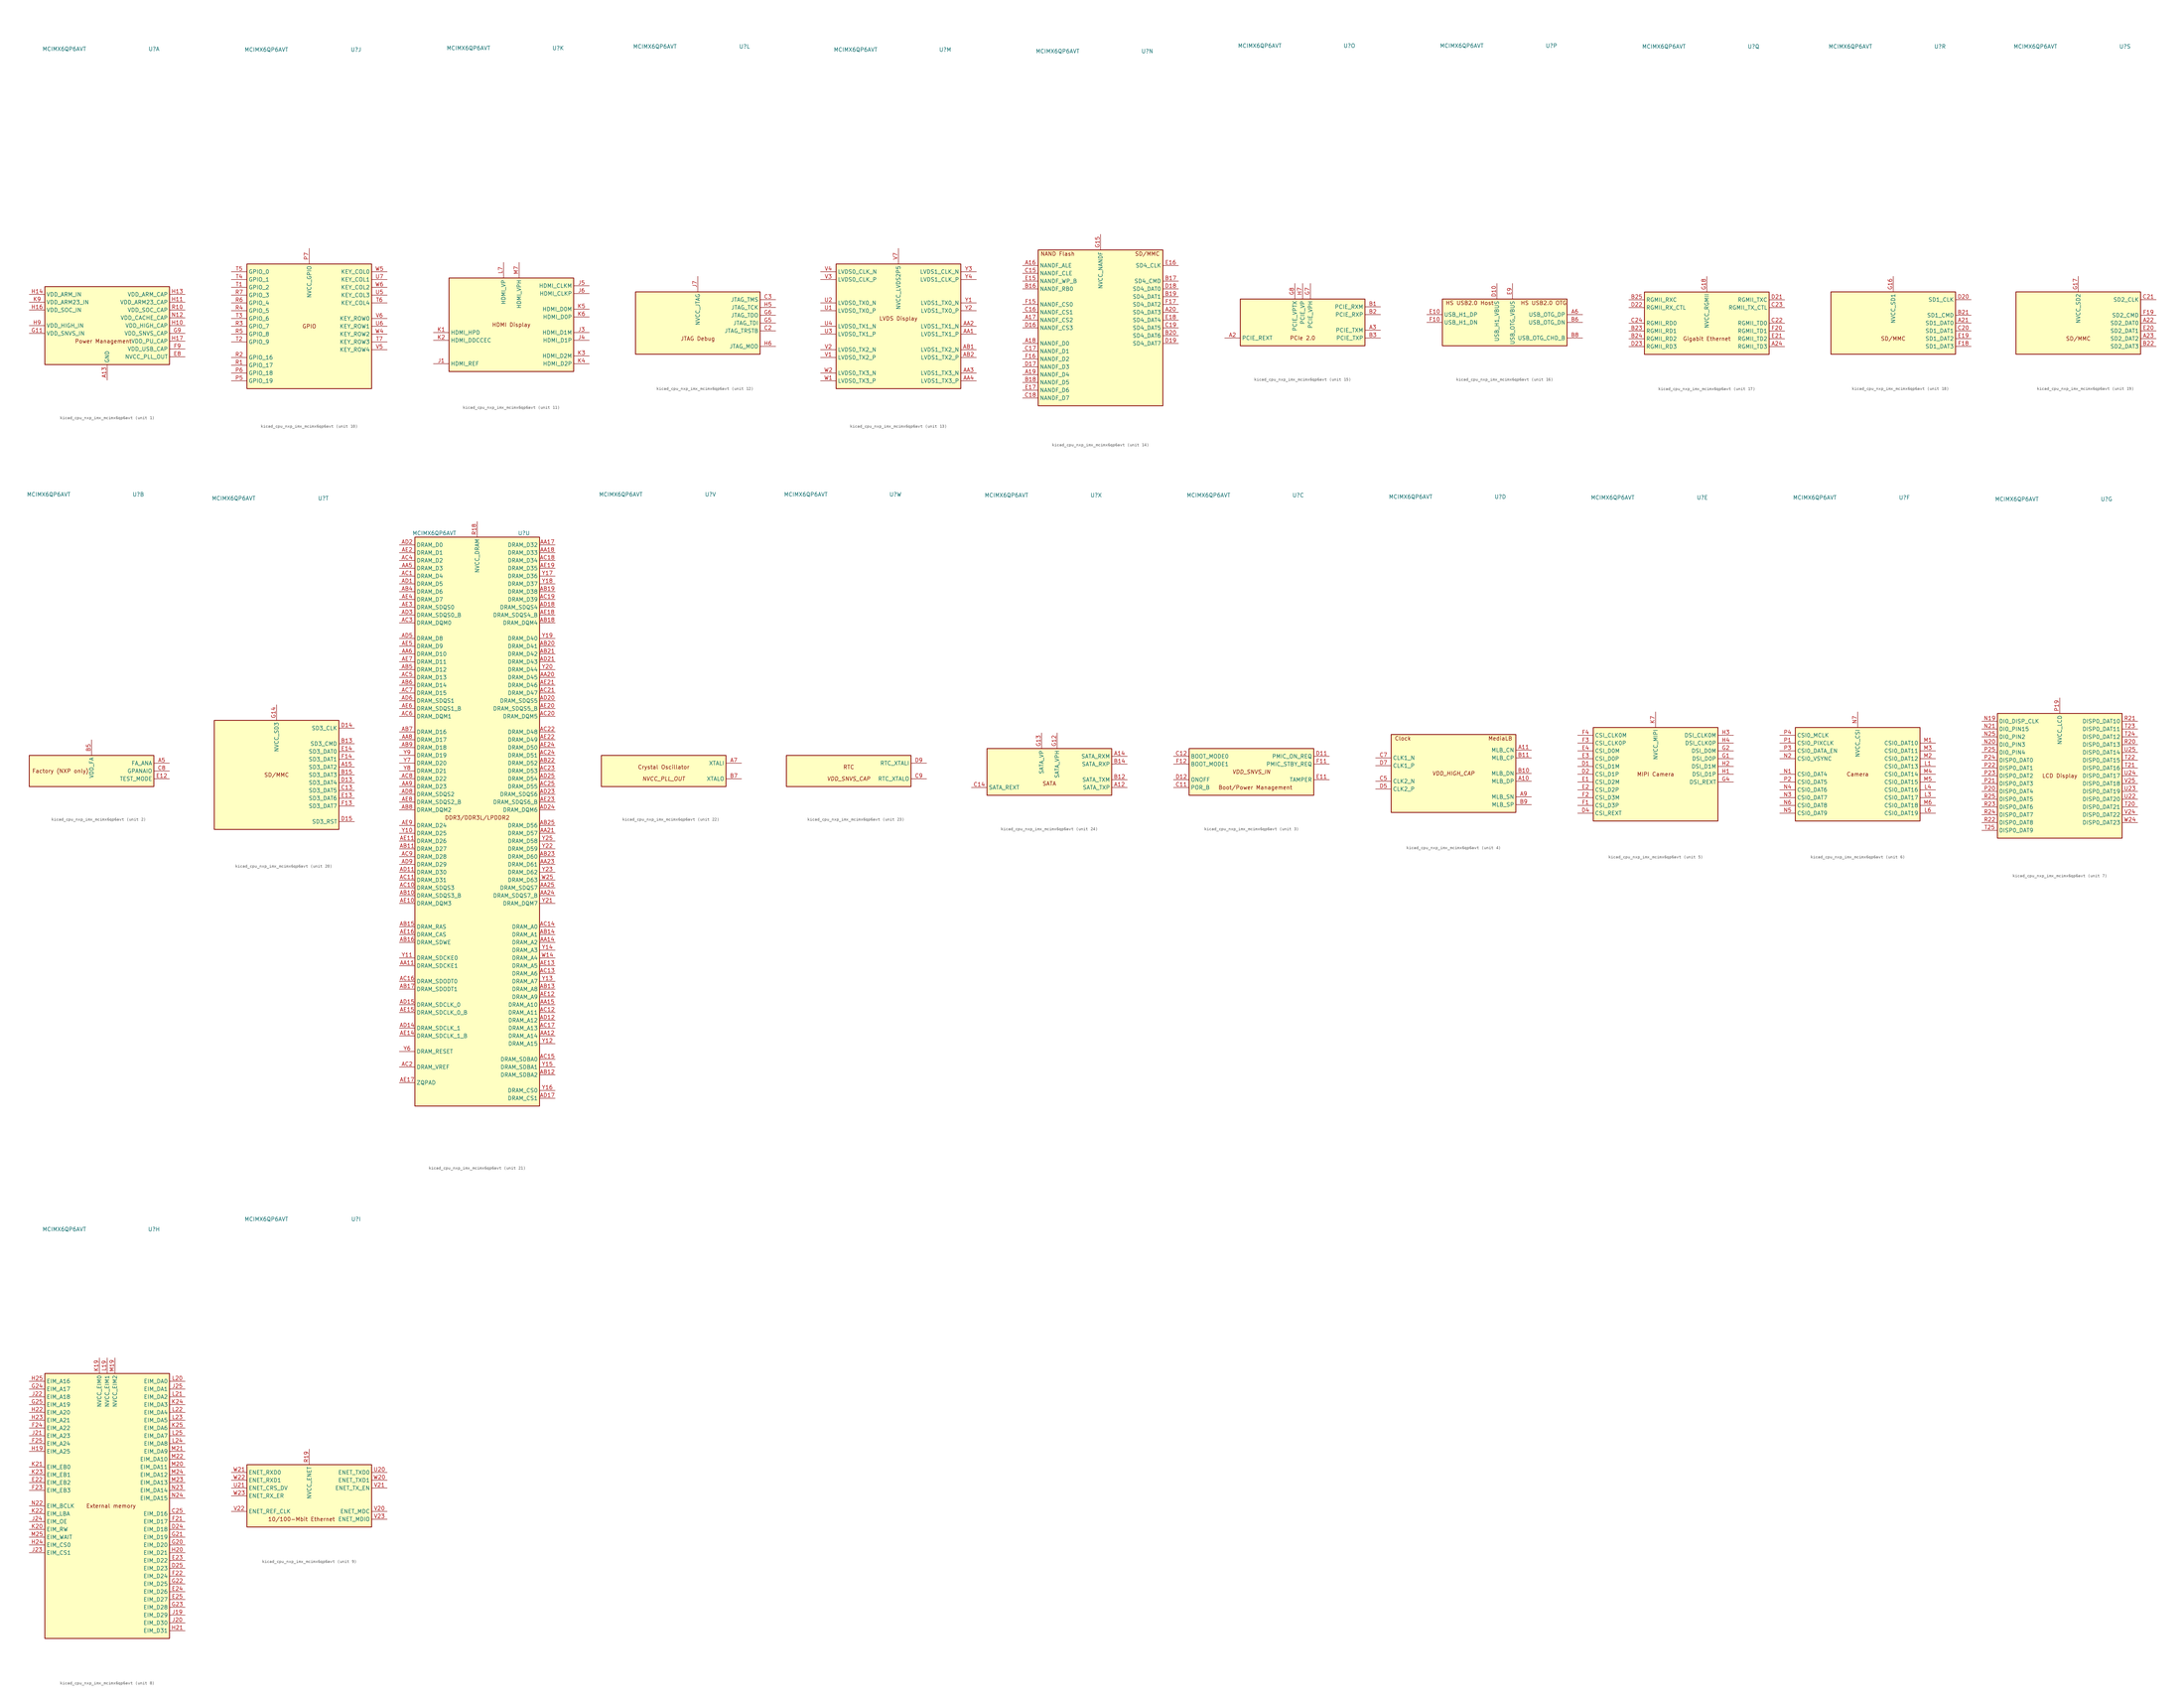
<source format=kicad_sym>
(kicad_symbol_lib
  (version 20220914)
  (generator kicad_symbol_editor)
  (symbol "kicad_cpu_nxp_imx_mcimx6qp6avt"
    (property "Reference" "U"
      (at 15.24 90.17 0)
      (effects (font (size 1.27 1.27))))
    (property "Value" "MCIMX6QP6AVT"
      (at -13.97 90.17 0)
      (effects (font (size 1.27 1.27))))
    (property "ki_locked" ""
      (at 0 0 0)
      (effects (font (size 1.27 1.27))))
    (symbol "kicad_cpu_nxp_imx_mcimx6qp6avt_1_0"
      (text "Power Management" (at -1.27 -5.08 0) (effects (font (size 1.27 1.27)))))
    (symbol "kicad_cpu_nxp_imx_mcimx6qp6avt_1_1"
      (rectangle (start -20.32 12.7) (end 20.32 -12.7) (stroke (width 0.254) (type default)) (fill (type background)))
      (pin power_in line (at 0 -17.78 90) (length 5.08) (name "GND" (effects (font (size 1.27 1.27)))) (number "A13" (effects (font (size 1.27 1.27)))))
      (pin passive line (at 0 -17.78 90) (length 5.08) hide (name "GND" (effects (font (size 1.27 1.27)))) (number "A25" (effects (font (size 1.27 1.27)))))
      (pin passive line (at 0 -17.78 90) (length 5.08) hide (name "GND" (effects (font (size 1.27 1.27)))) (number "A4" (effects (font (size 1.27 1.27)))))
      (pin passive line (at 0 -17.78 90) (length 5.08) hide (name "GND" (effects (font (size 1.27 1.27)))) (number "A8" (effects (font (size 1.27 1.27)))))
      (pin passive line (at 0 -17.78 90) (length 5.08) hide (name "GND" (effects (font (size 1.27 1.27)))) (number "AA10" (effects (font (size 1.27 1.27)))))
      (pin passive line (at 0 -17.78 90) (length 5.08) hide (name "GND" (effects (font (size 1.27 1.27)))) (number "AA13" (effects (font (size 1.27 1.27)))))
      (pin passive line (at 0 -17.78 90) (length 5.08) hide (name "GND" (effects (font (size 1.27 1.27)))) (number "AA16" (effects (font (size 1.27 1.27)))))
      (pin passive line (at 0 -17.78 90) (length 5.08) hide (name "GND" (effects (font (size 1.27 1.27)))) (number "AA19" (effects (font (size 1.27 1.27)))))
      (pin passive line (at 0 -17.78 90) (length 5.08) hide (name "GND" (effects (font (size 1.27 1.27)))) (number "AA22" (effects (font (size 1.27 1.27)))))
      (pin passive line (at 0 -17.78 90) (length 5.08) hide (name "GND" (effects (font (size 1.27 1.27)))) (number "AA7" (effects (font (size 1.27 1.27)))))
      (pin passive line (at 0 -17.78 90) (length 5.08) hide (name "GND" (effects (font (size 1.27 1.27)))) (number "AB24" (effects (font (size 1.27 1.27)))))
      (pin passive line (at 0 -17.78 90) (length 5.08) hide (name "GND" (effects (font (size 1.27 1.27)))) (number "AB3" (effects (font (size 1.27 1.27)))))
      (pin passive line (at 0 -17.78 90) (length 5.08) hide (name "GND" (effects (font (size 1.27 1.27)))) (number "AD10" (effects (font (size 1.27 1.27)))))
      (pin passive line (at 0 -17.78 90) (length 5.08) hide (name "GND" (effects (font (size 1.27 1.27)))) (number "AD13" (effects (font (size 1.27 1.27)))))
      (pin passive line (at 0 -17.78 90) (length 5.08) hide (name "GND" (effects (font (size 1.27 1.27)))) (number "AD16" (effects (font (size 1.27 1.27)))))
      (pin passive line (at 0 -17.78 90) (length 5.08) hide (name "GND" (effects (font (size 1.27 1.27)))) (number "AD19" (effects (font (size 1.27 1.27)))))
      (pin passive line (at 0 -17.78 90) (length 5.08) hide (name "GND" (effects (font (size 1.27 1.27)))) (number "AD22" (effects (font (size 1.27 1.27)))))
      (pin passive line (at 0 -17.78 90) (length 5.08) hide (name "GND" (effects (font (size 1.27 1.27)))) (number "AD4" (effects (font (size 1.27 1.27)))))
      (pin passive line (at 0 -17.78 90) (length 5.08) hide (name "GND" (effects (font (size 1.27 1.27)))) (number "AD7" (effects (font (size 1.27 1.27)))))
      (pin passive line (at 0 -17.78 90) (length 5.08) hide (name "GND" (effects (font (size 1.27 1.27)))) (number "AE1" (effects (font (size 1.27 1.27)))))
      (pin passive line (at 0 -17.78 90) (length 5.08) hide (name "GND" (effects (font (size 1.27 1.27)))) (number "AE25" (effects (font (size 1.27 1.27)))))
      (pin passive line (at 0 -17.78 90) (length 5.08) hide (name "GND" (effects (font (size 1.27 1.27)))) (number "B4" (effects (font (size 1.27 1.27)))))
      (pin passive line (at 0 -17.78 90) (length 5.08) hide (name "GND" (effects (font (size 1.27 1.27)))) (number "C1" (effects (font (size 1.27 1.27)))))
      (pin passive line (at 0 -17.78 90) (length 5.08) hide (name "GND" (effects (font (size 1.27 1.27)))) (number "C10" (effects (font (size 1.27 1.27)))))
      (pin passive line (at 0 -17.78 90) (length 5.08) hide (name "GND" (effects (font (size 1.27 1.27)))) (number "C4" (effects (font (size 1.27 1.27)))))
      (pin passive line (at 0 -17.78 90) (length 5.08) hide (name "GND" (effects (font (size 1.27 1.27)))) (number "C6" (effects (font (size 1.27 1.27)))))
      (pin passive line (at 0 -17.78 90) (length 5.08) hide (name "GND" (effects (font (size 1.27 1.27)))) (number "D3" (effects (font (size 1.27 1.27)))))
      (pin passive line (at 0 -17.78 90) (length 5.08) hide (name "GND" (effects (font (size 1.27 1.27)))) (number "D6" (effects (font (size 1.27 1.27)))))
      (pin passive line (at 0 -17.78 90) (length 5.08) hide (name "GND" (effects (font (size 1.27 1.27)))) (number "D8" (effects (font (size 1.27 1.27)))))
      (pin passive line (at 0 -17.78 90) (length 5.08) hide (name "GND" (effects (font (size 1.27 1.27)))) (number "E5" (effects (font (size 1.27 1.27)))))
      (pin passive line (at 0 -17.78 90) (length 5.08) hide (name "GND" (effects (font (size 1.27 1.27)))) (number "E6" (effects (font (size 1.27 1.27)))))
      (pin passive line (at 0 -17.78 90) (length 5.08) hide (name "GND" (effects (font (size 1.27 1.27)))) (number "E7" (effects (font (size 1.27 1.27)))))
      (pin power_out line (at 25.4 -10.16 180) (length 5.08) (name "NVCC_PLL_OUT" (effects (font (size 1.27 1.27)))) (number "E8" (effects (font (size 1.27 1.27)))))
      (pin passive line (at 0 -17.78 90) (length 5.08) hide (name "GND" (effects (font (size 1.27 1.27)))) (number "F5" (effects (font (size 1.27 1.27)))))
      (pin passive line (at 0 -17.78 90) (length 5.08) hide (name "GND" (effects (font (size 1.27 1.27)))) (number "F6" (effects (font (size 1.27 1.27)))))
      (pin passive line (at 0 -17.78 90) (length 5.08) hide (name "GND" (effects (font (size 1.27 1.27)))) (number "F7" (effects (font (size 1.27 1.27)))))
      (pin passive line (at 0 -17.78 90) (length 5.08) hide (name "GND" (effects (font (size 1.27 1.27)))) (number "F8" (effects (font (size 1.27 1.27)))))
      (pin power_out line (at 25.4 -7.62 180) (length 5.08) (name "VDD_USB_CAP" (effects (font (size 1.27 1.27)))) (number "F9" (effects (font (size 1.27 1.27)))))
      (pin passive line (at 0 -17.78 90) (length 5.08) hide (name "GND" (effects (font (size 1.27 1.27)))) (number "G10" (effects (font (size 1.27 1.27)))))
      (pin power_in line (at -25.4 -2.54 0) (length 5.08) (name "VDD_SNVS_IN" (effects (font (size 1.27 1.27)))) (number "G11" (effects (font (size 1.27 1.27)))))
      (pin passive line (at 0 -17.78 90) (length 5.08) hide (name "GND" (effects (font (size 1.27 1.27)))) (number "G19" (effects (font (size 1.27 1.27)))))
      (pin passive line (at 0 -17.78 90) (length 5.08) hide (name "GND" (effects (font (size 1.27 1.27)))) (number "G3" (effects (font (size 1.27 1.27)))))
      (pin power_out line (at 25.4 -2.54 180) (length 5.08) (name "VDD_SNVS_CAP" (effects (font (size 1.27 1.27)))) (number "G9" (effects (font (size 1.27 1.27)))))
      (pin power_out line (at 25.4 0 180) (length 5.08) (name "VDD_HIGH_CAP" (effects (font (size 1.27 1.27)))) (number "H10" (effects (font (size 1.27 1.27)))))
      (pin power_out line (at 25.4 7.62 180) (length 5.08) (name "VDD_ARM23_CAP" (effects (font (size 1.27 1.27)))) (number "H11" (effects (font (size 1.27 1.27)))))
      (pin passive line (at 0 -17.78 90) (length 5.08) hide (name "GND" (effects (font (size 1.27 1.27)))) (number "H12" (effects (font (size 1.27 1.27)))))
      (pin power_out line (at 25.4 10.16 180) (length 5.08) (name "VDD_ARM_CAP" (effects (font (size 1.27 1.27)))) (number "H13" (effects (font (size 1.27 1.27)))))
      (pin power_in line (at -25.4 10.16 0) (length 5.08) (name "VDD_ARM_IN" (effects (font (size 1.27 1.27)))) (number "H14" (effects (font (size 1.27 1.27)))))
      (pin passive line (at 0 -17.78 90) (length 5.08) hide (name "GND" (effects (font (size 1.27 1.27)))) (number "H15" (effects (font (size 1.27 1.27)))))
      (pin power_in line (at -25.4 5.08 0) (length 5.08) (name "VDD_SOC_IN" (effects (font (size 1.27 1.27)))) (number "H16" (effects (font (size 1.27 1.27)))))
      (pin power_out line (at 25.4 -5.08 180) (length 5.08) (name "VDD_PU_CAP" (effects (font (size 1.27 1.27)))) (number "H17" (effects (font (size 1.27 1.27)))))
      (pin passive line (at 0 -17.78 90) (length 5.08) hide (name "GND" (effects (font (size 1.27 1.27)))) (number "H18" (effects (font (size 1.27 1.27)))))
      (pin passive line (at 0 -17.78 90) (length 5.08) hide (name "GND" (effects (font (size 1.27 1.27)))) (number "H8" (effects (font (size 1.27 1.27)))))
      (pin power_in line (at -25.4 0 0) (length 5.08) (name "VDD_HIGH_IN" (effects (font (size 1.27 1.27)))) (number "H9" (effects (font (size 1.27 1.27)))))
      (pin passive line (at 25.4 0 180) (length 5.08) hide (name "VDD_HIGH_CAP" (effects (font (size 1.27 1.27)))) (number "J10" (effects (font (size 1.27 1.27)))))
      (pin passive line (at 25.4 7.62 180) (length 5.08) hide (name "VDD_ARM23_CAP" (effects (font (size 1.27 1.27)))) (number "J11" (effects (font (size 1.27 1.27)))))
      (pin passive line (at 0 -17.78 90) (length 5.08) hide (name "GND" (effects (font (size 1.27 1.27)))) (number "J12" (effects (font (size 1.27 1.27)))))
      (pin passive line (at 25.4 10.16 180) (length 5.08) hide (name "VDD_ARM_CAP" (effects (font (size 1.27 1.27)))) (number "J13" (effects (font (size 1.27 1.27)))))
      (pin passive line (at -25.4 10.16 0) (length 5.08) hide (name "VDD_ARM_IN" (effects (font (size 1.27 1.27)))) (number "J14" (effects (font (size 1.27 1.27)))))
      (pin passive line (at 0 -17.78 90) (length 5.08) hide (name "GND" (effects (font (size 1.27 1.27)))) (number "J15" (effects (font (size 1.27 1.27)))))
      (pin passive line (at -25.4 5.08 0) (length 5.08) hide (name "VDD_SOC_IN" (effects (font (size 1.27 1.27)))) (number "J16" (effects (font (size 1.27 1.27)))))
      (pin passive line (at 25.4 -5.08 180) (length 5.08) hide (name "VDD_PU_CAP" (effects (font (size 1.27 1.27)))) (number "J17" (effects (font (size 1.27 1.27)))))
      (pin passive line (at 0 -17.78 90) (length 5.08) hide (name "GND" (effects (font (size 1.27 1.27)))) (number "J18" (effects (font (size 1.27 1.27)))))
      (pin passive line (at 0 -17.78 90) (length 5.08) hide (name "GND" (effects (font (size 1.27 1.27)))) (number "J2" (effects (font (size 1.27 1.27)))))
      (pin passive line (at 0 -17.78 90) (length 5.08) hide (name "GND" (effects (font (size 1.27 1.27)))) (number "J8" (effects (font (size 1.27 1.27)))))
      (pin passive line (at -25.4 0 0) (length 5.08) hide (name "VDD_HIGH_IN" (effects (font (size 1.27 1.27)))) (number "J9" (effects (font (size 1.27 1.27)))))
      (pin passive line (at 0 -17.78 90) (length 5.08) hide (name "GND" (effects (font (size 1.27 1.27)))) (number "K10" (effects (font (size 1.27 1.27)))))
      (pin passive line (at 25.4 7.62 180) (length 5.08) hide (name "VDD_ARM23_CAP" (effects (font (size 1.27 1.27)))) (number "K11" (effects (font (size 1.27 1.27)))))
      (pin passive line (at 0 -17.78 90) (length 5.08) hide (name "GND" (effects (font (size 1.27 1.27)))) (number "K12" (effects (font (size 1.27 1.27)))))
      (pin passive line (at 25.4 10.16 180) (length 5.08) hide (name "VDD_ARM_CAP" (effects (font (size 1.27 1.27)))) (number "K13" (effects (font (size 1.27 1.27)))))
      (pin passive line (at -25.4 10.16 0) (length 5.08) hide (name "VDD_ARM_IN" (effects (font (size 1.27 1.27)))) (number "K14" (effects (font (size 1.27 1.27)))))
      (pin passive line (at 0 -17.78 90) (length 5.08) hide (name "GND" (effects (font (size 1.27 1.27)))) (number "K15" (effects (font (size 1.27 1.27)))))
      (pin passive line (at -25.4 5.08 0) (length 5.08) hide (name "VDD_SOC_IN" (effects (font (size 1.27 1.27)))) (number "K16" (effects (font (size 1.27 1.27)))))
      (pin passive line (at 25.4 -5.08 180) (length 5.08) hide (name "VDD_PU_CAP" (effects (font (size 1.27 1.27)))) (number "K17" (effects (font (size 1.27 1.27)))))
      (pin passive line (at 0 -17.78 90) (length 5.08) hide (name "GND" (effects (font (size 1.27 1.27)))) (number "K18" (effects (font (size 1.27 1.27)))))
      (pin passive line (at 0 -17.78 90) (length 5.08) hide (name "GND" (effects (font (size 1.27 1.27)))) (number "K8" (effects (font (size 1.27 1.27)))))
      (pin power_in line (at -25.4 7.62 0) (length 5.08) (name "VDD_ARM23_IN" (effects (font (size 1.27 1.27)))) (number "K9" (effects (font (size 1.27 1.27)))))
      (pin passive line (at 0 -17.78 90) (length 5.08) hide (name "GND" (effects (font (size 1.27 1.27)))) (number "L10" (effects (font (size 1.27 1.27)))))
      (pin passive line (at 25.4 7.62 180) (length 5.08) hide (name "VDD_ARM23_CAP" (effects (font (size 1.27 1.27)))) (number "L11" (effects (font (size 1.27 1.27)))))
      (pin passive line (at 0 -17.78 90) (length 5.08) hide (name "GND" (effects (font (size 1.27 1.27)))) (number "L12" (effects (font (size 1.27 1.27)))))
      (pin passive line (at 25.4 10.16 180) (length 5.08) hide (name "VDD_ARM_CAP" (effects (font (size 1.27 1.27)))) (number "L13" (effects (font (size 1.27 1.27)))))
      (pin passive line (at -25.4 10.16 0) (length 5.08) hide (name "VDD_ARM_IN" (effects (font (size 1.27 1.27)))) (number "L14" (effects (font (size 1.27 1.27)))))
      (pin passive line (at 0 -17.78 90) (length 5.08) hide (name "GND" (effects (font (size 1.27 1.27)))) (number "L15" (effects (font (size 1.27 1.27)))))
      (pin passive line (at -25.4 5.08 0) (length 5.08) hide (name "VDD_SOC_IN" (effects (font (size 1.27 1.27)))) (number "L16" (effects (font (size 1.27 1.27)))))
      (pin passive line (at 25.4 -5.08 180) (length 5.08) hide (name "VDD_PU_CAP" (effects (font (size 1.27 1.27)))) (number "L17" (effects (font (size 1.27 1.27)))))
      (pin passive line (at 0 -17.78 90) (length 5.08) hide (name "GND" (effects (font (size 1.27 1.27)))) (number "L18" (effects (font (size 1.27 1.27)))))
      (pin passive line (at 0 -17.78 90) (length 5.08) hide (name "GND" (effects (font (size 1.27 1.27)))) (number "L2" (effects (font (size 1.27 1.27)))))
      (pin passive line (at 0 -17.78 90) (length 5.08) hide (name "GND" (effects (font (size 1.27 1.27)))) (number "L5" (effects (font (size 1.27 1.27)))))
      (pin passive line (at 0 -17.78 90) (length 5.08) hide (name "GND" (effects (font (size 1.27 1.27)))) (number "L8" (effects (font (size 1.27 1.27)))))
      (pin passive line (at -25.4 7.62 0) (length 5.08) hide (name "VDD_ARM23_IN" (effects (font (size 1.27 1.27)))) (number "L9" (effects (font (size 1.27 1.27)))))
      (pin passive line (at 0 -17.78 90) (length 5.08) hide (name "GND" (effects (font (size 1.27 1.27)))) (number "M10" (effects (font (size 1.27 1.27)))))
      (pin passive line (at 25.4 7.62 180) (length 5.08) hide (name "VDD_ARM23_CAP" (effects (font (size 1.27 1.27)))) (number "M11" (effects (font (size 1.27 1.27)))))
      (pin passive line (at 0 -17.78 90) (length 5.08) hide (name "GND" (effects (font (size 1.27 1.27)))) (number "M12" (effects (font (size 1.27 1.27)))))
      (pin passive line (at 25.4 10.16 180) (length 5.08) hide (name "VDD_ARM_CAP" (effects (font (size 1.27 1.27)))) (number "M13" (effects (font (size 1.27 1.27)))))
      (pin passive line (at -25.4 10.16 0) (length 5.08) hide (name "VDD_ARM_IN" (effects (font (size 1.27 1.27)))) (number "M14" (effects (font (size 1.27 1.27)))))
      (pin passive line (at 0 -17.78 90) (length 5.08) hide (name "GND" (effects (font (size 1.27 1.27)))) (number "M15" (effects (font (size 1.27 1.27)))))
      (pin passive line (at -25.4 5.08 0) (length 5.08) hide (name "VDD_SOC_IN" (effects (font (size 1.27 1.27)))) (number "M16" (effects (font (size 1.27 1.27)))))
      (pin passive line (at 25.4 -5.08 180) (length 5.08) hide (name "VDD_PU_CAP" (effects (font (size 1.27 1.27)))) (number "M17" (effects (font (size 1.27 1.27)))))
      (pin passive line (at 0 -17.78 90) (length 5.08) hide (name "GND" (effects (font (size 1.27 1.27)))) (number "M18" (effects (font (size 1.27 1.27)))))
      (pin passive line (at 0 -17.78 90) (length 5.08) hide (name "GND" (effects (font (size 1.27 1.27)))) (number "M8" (effects (font (size 1.27 1.27)))))
      (pin passive line (at -25.4 7.62 0) (length 5.08) hide (name "VDD_ARM23_IN" (effects (font (size 1.27 1.27)))) (number "M9" (effects (font (size 1.27 1.27)))))
      (pin passive line (at 0 -17.78 90) (length 5.08) hide (name "GND" (effects (font (size 1.27 1.27)))) (number "N10" (effects (font (size 1.27 1.27)))))
      (pin passive line (at 25.4 7.62 180) (length 5.08) hide (name "VDD_ARM23_CAP" (effects (font (size 1.27 1.27)))) (number "N11" (effects (font (size 1.27 1.27)))))
      (pin power_in line (at 25.4 2.54 180) (length 5.08) (name "VDD_CACHE_CAP" (effects (font (size 1.27 1.27)))) (number "N12" (effects (font (size 1.27 1.27)))))
      (pin passive line (at 25.4 10.16 180) (length 5.08) hide (name "VDD_ARM_CAP" (effects (font (size 1.27 1.27)))) (number "N13" (effects (font (size 1.27 1.27)))))
      (pin passive line (at -25.4 10.16 0) (length 5.08) hide (name "VDD_ARM_IN" (effects (font (size 1.27 1.27)))) (number "N14" (effects (font (size 1.27 1.27)))))
      (pin passive line (at 0 -17.78 90) (length 5.08) hide (name "GND" (effects (font (size 1.27 1.27)))) (number "N15" (effects (font (size 1.27 1.27)))))
      (pin passive line (at -25.4 5.08 0) (length 5.08) hide (name "VDD_SOC_IN" (effects (font (size 1.27 1.27)))) (number "N16" (effects (font (size 1.27 1.27)))))
      (pin passive line (at 25.4 -5.08 180) (length 5.08) hide (name "VDD_PU_CAP" (effects (font (size 1.27 1.27)))) (number "N17" (effects (font (size 1.27 1.27)))))
      (pin passive line (at 0 -17.78 90) (length 5.08) hide (name "GND" (effects (font (size 1.27 1.27)))) (number "N18" (effects (font (size 1.27 1.27)))))
      (pin passive line (at 0 -17.78 90) (length 5.08) hide (name "GND" (effects (font (size 1.27 1.27)))) (number "N8" (effects (font (size 1.27 1.27)))))
      (pin passive line (at -25.4 7.62 0) (length 5.08) hide (name "VDD_ARM23_IN" (effects (font (size 1.27 1.27)))) (number "N9" (effects (font (size 1.27 1.27)))))
      (pin passive line (at 0 -17.78 90) (length 5.08) hide (name "GND" (effects (font (size 1.27 1.27)))) (number "P10" (effects (font (size 1.27 1.27)))))
      (pin passive line (at 25.4 7.62 180) (length 5.08) hide (name "VDD_ARM23_CAP" (effects (font (size 1.27 1.27)))) (number "P11" (effects (font (size 1.27 1.27)))))
      (pin passive line (at 0 -17.78 90) (length 5.08) hide (name "GND" (effects (font (size 1.27 1.27)))) (number "P12" (effects (font (size 1.27 1.27)))))
      (pin passive line (at 25.4 10.16 180) (length 5.08) hide (name "VDD_ARM_CAP" (effects (font (size 1.27 1.27)))) (number "P13" (effects (font (size 1.27 1.27)))))
      (pin passive line (at -25.4 10.16 0) (length 5.08) hide (name "VDD_ARM_IN" (effects (font (size 1.27 1.27)))) (number "P14" (effects (font (size 1.27 1.27)))))
      (pin passive line (at 0 -17.78 90) (length 5.08) hide (name "GND" (effects (font (size 1.27 1.27)))) (number "P15" (effects (font (size 1.27 1.27)))))
      (pin passive line (at -25.4 5.08 0) (length 5.08) hide (name "VDD_SOC_IN" (effects (font (size 1.27 1.27)))) (number "P16" (effects (font (size 1.27 1.27)))))
      (pin passive line (at 25.4 -5.08 180) (length 5.08) hide (name "VDD_PU_CAP" (effects (font (size 1.27 1.27)))) (number "P17" (effects (font (size 1.27 1.27)))))
      (pin passive line (at 0 -17.78 90) (length 5.08) hide (name "GND" (effects (font (size 1.27 1.27)))) (number "P18" (effects (font (size 1.27 1.27)))))
      (pin passive line (at 0 -17.78 90) (length 5.08) hide (name "GND" (effects (font (size 1.27 1.27)))) (number "P8" (effects (font (size 1.27 1.27)))))
      (pin passive line (at -25.4 7.62 0) (length 5.08) hide (name "VDD_ARM23_IN" (effects (font (size 1.27 1.27)))) (number "P9" (effects (font (size 1.27 1.27)))))
      (pin power_out line (at 25.4 5.08 180) (length 5.08) (name "VDD_SOC_CAP" (effects (font (size 1.27 1.27)))) (number "R10" (effects (font (size 1.27 1.27)))))
      (pin passive line (at 25.4 7.62 180) (length 5.08) hide (name "VDD_ARM23_CAP" (effects (font (size 1.27 1.27)))) (number "R11" (effects (font (size 1.27 1.27)))))
      (pin passive line (at 0 -17.78 90) (length 5.08) hide (name "GND" (effects (font (size 1.27 1.27)))) (number "R12" (effects (font (size 1.27 1.27)))))
      (pin passive line (at 25.4 10.16 180) (length 5.08) hide (name "VDD_ARM_CAP" (effects (font (size 1.27 1.27)))) (number "R13" (effects (font (size 1.27 1.27)))))
      (pin passive line (at -25.4 10.16 0) (length 5.08) hide (name "VDD_ARM_IN" (effects (font (size 1.27 1.27)))) (number "R14" (effects (font (size 1.27 1.27)))))
      (pin passive line (at 0 -17.78 90) (length 5.08) hide (name "GND" (effects (font (size 1.27 1.27)))) (number "R15" (effects (font (size 1.27 1.27)))))
      (pin passive line (at -25.4 5.08 0) (length 5.08) hide (name "VDD_SOC_IN" (effects (font (size 1.27 1.27)))) (number "R16" (effects (font (size 1.27 1.27)))))
      (pin passive line (at 0 -17.78 90) (length 5.08) hide (name "GND" (effects (font (size 1.27 1.27)))) (number "R17" (effects (font (size 1.27 1.27)))))
      (pin passive line (at 0 -17.78 90) (length 5.08) hide (name "GND" (effects (font (size 1.27 1.27)))) (number "R8" (effects (font (size 1.27 1.27)))))
      (pin passive line (at -25.4 7.62 0) (length 5.08) hide (name "VDD_ARM23_IN" (effects (font (size 1.27 1.27)))) (number "R9" (effects (font (size 1.27 1.27)))))
      (pin passive line (at 25.4 5.08 180) (length 5.08) hide (name "VDD_SOC_CAP" (effects (font (size 1.27 1.27)))) (number "T10" (effects (font (size 1.27 1.27)))))
      (pin passive line (at 0 -17.78 90) (length 5.08) hide (name "GND" (effects (font (size 1.27 1.27)))) (number "T11" (effects (font (size 1.27 1.27)))))
      (pin passive line (at 0 -17.78 90) (length 5.08) hide (name "GND" (effects (font (size 1.27 1.27)))) (number "T12" (effects (font (size 1.27 1.27)))))
      (pin passive line (at 25.4 5.08 180) (length 5.08) hide (name "VDD_SOC_CAP" (effects (font (size 1.27 1.27)))) (number "T13" (effects (font (size 1.27 1.27)))))
      (pin passive line (at 25.4 5.08 180) (length 5.08) hide (name "VDD_SOC_CAP" (effects (font (size 1.27 1.27)))) (number "T14" (effects (font (size 1.27 1.27)))))
      (pin passive line (at 0 -17.78 90) (length 5.08) hide (name "GND" (effects (font (size 1.27 1.27)))) (number "T15" (effects (font (size 1.27 1.27)))))
      (pin passive line (at -25.4 5.08 0) (length 5.08) hide (name "VDD_SOC_IN" (effects (font (size 1.27 1.27)))) (number "T16" (effects (font (size 1.27 1.27)))))
      (pin passive line (at 0 -17.78 90) (length 5.08) hide (name "GND" (effects (font (size 1.27 1.27)))) (number "T17" (effects (font (size 1.27 1.27)))))
      (pin passive line (at 0 -17.78 90) (length 5.08) hide (name "GND" (effects (font (size 1.27 1.27)))) (number "T19" (effects (font (size 1.27 1.27)))))
      (pin passive line (at 0 -17.78 90) (length 5.08) hide (name "GND" (effects (font (size 1.27 1.27)))) (number "T8" (effects (font (size 1.27 1.27)))))
      (pin passive line (at -25.4 7.62 0) (length 5.08) hide (name "VDD_ARM23_IN" (effects (font (size 1.27 1.27)))) (number "T9" (effects (font (size 1.27 1.27)))))
      (pin passive line (at 25.4 5.08 180) (length 5.08) hide (name "VDD_SOC_CAP" (effects (font (size 1.27 1.27)))) (number "U10" (effects (font (size 1.27 1.27)))))
      (pin passive line (at 0 -17.78 90) (length 5.08) hide (name "GND" (effects (font (size 1.27 1.27)))) (number "U11" (effects (font (size 1.27 1.27)))))
      (pin passive line (at 0 -17.78 90) (length 5.08) hide (name "GND" (effects (font (size 1.27 1.27)))) (number "U12" (effects (font (size 1.27 1.27)))))
      (pin passive line (at 25.4 5.08 180) (length 5.08) hide (name "VDD_SOC_CAP" (effects (font (size 1.27 1.27)))) (number "U13" (effects (font (size 1.27 1.27)))))
      (pin passive line (at 25.4 5.08 180) (length 5.08) hide (name "VDD_SOC_CAP" (effects (font (size 1.27 1.27)))) (number "U14" (effects (font (size 1.27 1.27)))))
      (pin passive line (at 0 -17.78 90) (length 5.08) hide (name "GND" (effects (font (size 1.27 1.27)))) (number "U15" (effects (font (size 1.27 1.27)))))
      (pin passive line (at -25.4 5.08 0) (length 5.08) hide (name "VDD_SOC_IN" (effects (font (size 1.27 1.27)))) (number "U16" (effects (font (size 1.27 1.27)))))
      (pin passive line (at 0 -17.78 90) (length 5.08) hide (name "GND" (effects (font (size 1.27 1.27)))) (number "U17" (effects (font (size 1.27 1.27)))))
      (pin passive line (at 0 -17.78 90) (length 5.08) hide (name "GND" (effects (font (size 1.27 1.27)))) (number "U19" (effects (font (size 1.27 1.27)))))
      (pin passive line (at 0 -17.78 90) (length 5.08) hide (name "GND" (effects (font (size 1.27 1.27)))) (number "U8" (effects (font (size 1.27 1.27)))))
      (pin passive line (at -25.4 7.62 0) (length 5.08) hide (name "VDD_ARM23_IN" (effects (font (size 1.27 1.27)))) (number "U9" (effects (font (size 1.27 1.27)))))
      (pin passive line (at 0 -17.78 90) (length 5.08) hide (name "GND" (effects (font (size 1.27 1.27)))) (number "V19" (effects (font (size 1.27 1.27)))))
      (pin passive line (at 0 -17.78 90) (length 5.08) hide (name "GND" (effects (font (size 1.27 1.27)))) (number "V8" (effects (font (size 1.27 1.27)))))
      (pin passive line (at 0 -17.78 90) (length 5.08) hide (name "GND" (effects (font (size 1.27 1.27)))) (number "W10" (effects (font (size 1.27 1.27)))))
      (pin passive line (at 0 -17.78 90) (length 5.08) hide (name "GND" (effects (font (size 1.27 1.27)))) (number "W11" (effects (font (size 1.27 1.27)))))
      (pin passive line (at 0 -17.78 90) (length 5.08) hide (name "GND" (effects (font (size 1.27 1.27)))) (number "W12" (effects (font (size 1.27 1.27)))))
      (pin passive line (at 0 -17.78 90) (length 5.08) hide (name "GND" (effects (font (size 1.27 1.27)))) (number "W13" (effects (font (size 1.27 1.27)))))
      (pin passive line (at 0 -17.78 90) (length 5.08) hide (name "GND" (effects (font (size 1.27 1.27)))) (number "W15" (effects (font (size 1.27 1.27)))))
      (pin passive line (at 0 -17.78 90) (length 5.08) hide (name "GND" (effects (font (size 1.27 1.27)))) (number "W16" (effects (font (size 1.27 1.27)))))
      (pin passive line (at 0 -17.78 90) (length 5.08) hide (name "GND" (effects (font (size 1.27 1.27)))) (number "W17" (effects (font (size 1.27 1.27)))))
      (pin passive line (at 0 -17.78 90) (length 5.08) hide (name "GND" (effects (font (size 1.27 1.27)))) (number "W18" (effects (font (size 1.27 1.27)))))
      (pin passive line (at 0 -17.78 90) (length 5.08) hide (name "GND" (effects (font (size 1.27 1.27)))) (number "W19" (effects (font (size 1.27 1.27)))))
      (pin passive line (at 0 -17.78 90) (length 5.08) hide (name "GND" (effects (font (size 1.27 1.27)))) (number "W3" (effects (font (size 1.27 1.27)))))
      (pin passive line (at 0 -17.78 90) (length 5.08) hide (name "GND" (effects (font (size 1.27 1.27)))) (number "W7" (effects (font (size 1.27 1.27)))))
      (pin passive line (at 0 -17.78 90) (length 5.08) hide (name "GND" (effects (font (size 1.27 1.27)))) (number "W8" (effects (font (size 1.27 1.27)))))
      (pin passive line (at 0 -17.78 90) (length 5.08) hide (name "GND" (effects (font (size 1.27 1.27)))) (number "W9" (effects (font (size 1.27 1.27)))))
      (pin passive line (at 0 -17.78 90) (length 5.08) hide (name "GND" (effects (font (size 1.27 1.27)))) (number "Y24" (effects (font (size 1.27 1.27)))))
      (pin passive line (at 0 -17.78 90) (length 5.08) hide (name "GND" (effects (font (size 1.27 1.27)))) (number "Y5" (effects (font (size 1.27 1.27))))))
    (symbol "kicad_cpu_nxp_imx_mcimx6qp6avt_2_0"
      (text "Factory (NXP only)" (at -10.16 0 0) (effects (font (size 1.27 1.27)))))
    (symbol "kicad_cpu_nxp_imx_mcimx6qp6avt_2_1"
      (rectangle (start -20.32 5.08) (end 20.32 -5.08) (stroke (width 0.254) (type default)) (fill (type background)))
      (pin passive line (at 25.4 2.54 180) (length 5.08) (name "FA_ANA" (effects (font (size 1.27 1.27)))) (number "A5" (effects (font (size 1.27 1.27)))))
      (pin passive line (at 0 10.16 270) (length 5.08) (name "VDD_FA" (effects (font (size 1.27 1.27)))) (number "B5" (effects (font (size 1.27 1.27)))))
      (pin passive line (at 25.4 0 180) (length 5.08) (name "GPANAIO" (effects (font (size 1.27 1.27)))) (number "C8" (effects (font (size 1.27 1.27)))))
      (pin passive line (at 25.4 -2.54 180) (length 5.08) (name "TEST_MODE" (effects (font (size 1.27 1.27)))) (number "E12" (effects (font (size 1.27 1.27))))))
    (symbol "kicad_cpu_nxp_imx_mcimx6qp6avt_3_0"
      (text "Boot/Power Management" (at 1.27 -5.08 0) (effects (font (size 1.27 1.27)))))
    (symbol "kicad_cpu_nxp_imx_mcimx6qp6avt_3_1"
      (rectangle (start -20.32 7.62) (end 20.32 -7.62) (stroke (width 0.254) (type default)) (fill (type background)))
      (text "VDD_SNVS_IN" (at 0 0 0) (effects (font (size 1.27 1.27) italic)))
      (pin input line (at -25.4 -5.08 0) (length 5.08) (name "POR_B" (effects (font (size 1.27 1.27)))) (number "C11" (effects (font (size 1.27 1.27)))))
      (pin input line (at -25.4 5.08 0) (length 5.08) (name "BOOT_MODE0" (effects (font (size 1.27 1.27)))) (number "C12" (effects (font (size 1.27 1.27)))))
      (pin output line (at 25.4 5.08 180) (length 5.08) (name "PMIC_ON_REQ" (effects (font (size 1.27 1.27)))) (number "D11" (effects (font (size 1.27 1.27)))))
      (pin input line (at -25.4 -2.54 0) (length 5.08) (name "ONOFF" (effects (font (size 1.27 1.27)))) (number "D12" (effects (font (size 1.27 1.27)))))
      (pin input line (at 25.4 -2.54 180) (length 5.08) (name "TAMPER" (effects (font (size 1.27 1.27)))) (number "E11" (effects (font (size 1.27 1.27)))))
      (pin output line (at 25.4 2.54 180) (length 5.08) (name "PMIC_STBY_REQ" (effects (font (size 1.27 1.27)))) (number "F11" (effects (font (size 1.27 1.27)))))
      (pin input line (at -25.4 2.54 0) (length 5.08) (name "BOOT_MODE1" (effects (font (size 1.27 1.27)))) (number "F12" (effects (font (size 1.27 1.27))))))
    (symbol "kicad_cpu_nxp_imx_mcimx6qp6avt_4_0"
      (text "Clock" (at -16.51 11.43 0) (effects (font (size 1.27 1.27))))
      (text "MediaLB" (at 15.24 11.43 0) (effects (font (size 1.27 1.27)))))
    (symbol "kicad_cpu_nxp_imx_mcimx6qp6avt_4_1"
      (rectangle (start -20.32 12.7) (end 20.32 -12.7) (stroke (width 0.254) (type default)) (fill (type background)))
      (text "VDD_HIGH_CAP" (at 0 0 0) (effects (font (size 1.27 1.27) italic)))
      (pin bidirectional line (at 25.4 -2.54 180) (length 5.08) (name "MLB_DP" (effects (font (size 1.27 1.27)))) (number "A10" (effects (font (size 1.27 1.27)))))
      (pin input line (at 25.4 7.62 180) (length 5.08) (name "MLB_CN" (effects (font (size 1.27 1.27)))) (number "A11" (effects (font (size 1.27 1.27)))))
      (pin bidirectional line (at 25.4 -7.62 180) (length 5.08) (name "MLB_SN" (effects (font (size 1.27 1.27)))) (number "A9" (effects (font (size 1.27 1.27)))))
      (pin bidirectional line (at 25.4 0 180) (length 5.08) (name "MLB_DN" (effects (font (size 1.27 1.27)))) (number "B10" (effects (font (size 1.27 1.27)))))
      (pin input line (at 25.4 5.08 180) (length 5.08) (name "MLB_CP" (effects (font (size 1.27 1.27)))) (number "B11" (effects (font (size 1.27 1.27)))))
      (pin bidirectional line (at 25.4 -10.16 180) (length 5.08) (name "MLB_SP" (effects (font (size 1.27 1.27)))) (number "B9" (effects (font (size 1.27 1.27)))))
      (pin bidirectional line (at -25.4 -2.54 0) (length 5.08) (name "CLK2_N" (effects (font (size 1.27 1.27)))) (number "C5" (effects (font (size 1.27 1.27)))))
      (pin bidirectional line (at -25.4 5.08 0) (length 5.08) (name "CLK1_N" (effects (font (size 1.27 1.27)))) (number "C7" (effects (font (size 1.27 1.27)))))
      (pin bidirectional line (at -25.4 -5.08 0) (length 5.08) (name "CLK2_P" (effects (font (size 1.27 1.27)))) (number "D5" (effects (font (size 1.27 1.27)))))
      (pin bidirectional line (at -25.4 2.54 0) (length 5.08) (name "CLK1_P" (effects (font (size 1.27 1.27)))) (number "D7" (effects (font (size 1.27 1.27))))))
    (symbol "kicad_cpu_nxp_imx_mcimx6qp6avt_5_0"
      (text "MIPI Camera" (at 0 0 0) (effects (font (size 1.27 1.27)))))
    (symbol "kicad_cpu_nxp_imx_mcimx6qp6avt_5_1"
      (rectangle (start -20.32 15.24) (end 20.32 -15.24) (stroke (width 0.254) (type default)) (fill (type background)))
      (pin input line (at -25.4 2.54 0) (length 5.08) (name "CSI_D1M" (effects (font (size 1.27 1.27)))) (number "D1" (effects (font (size 1.27 1.27)))))
      (pin input line (at -25.4 0 0) (length 5.08) (name "CSI_D1P" (effects (font (size 1.27 1.27)))) (number "D2" (effects (font (size 1.27 1.27)))))
      (pin passive line (at -25.4 -12.7 0) (length 5.08) (name "CSI_REXT" (effects (font (size 1.27 1.27)))) (number "D4" (effects (font (size 1.27 1.27)))))
      (pin input line (at -25.4 -2.54 0) (length 5.08) (name "CSI_D2M" (effects (font (size 1.27 1.27)))) (number "E1" (effects (font (size 1.27 1.27)))))
      (pin input line (at -25.4 -5.08 0) (length 5.08) (name "CSI_D2P" (effects (font (size 1.27 1.27)))) (number "E2" (effects (font (size 1.27 1.27)))))
      (pin input line (at -25.4 5.08 0) (length 5.08) (name "CSI_D0P" (effects (font (size 1.27 1.27)))) (number "E3" (effects (font (size 1.27 1.27)))))
      (pin input line (at -25.4 7.62 0) (length 5.08) (name "CSI_D0M" (effects (font (size 1.27 1.27)))) (number "E4" (effects (font (size 1.27 1.27)))))
      (pin input line (at -25.4 -10.16 0) (length 5.08) (name "CSI_D3P" (effects (font (size 1.27 1.27)))) (number "F1" (effects (font (size 1.27 1.27)))))
      (pin input line (at -25.4 -7.62 0) (length 5.08) (name "CSI_D3M" (effects (font (size 1.27 1.27)))) (number "F2" (effects (font (size 1.27 1.27)))))
      (pin input line (at -25.4 10.16 0) (length 5.08) (name "CSI_CLK0P" (effects (font (size 1.27 1.27)))) (number "F3" (effects (font (size 1.27 1.27)))))
      (pin input line (at -25.4 12.7 0) (length 5.08) (name "CSI_CLK0M" (effects (font (size 1.27 1.27)))) (number "F4" (effects (font (size 1.27 1.27)))))
      (pin output line (at 25.4 5.08 180) (length 5.08) (name "DSI_D0P" (effects (font (size 1.27 1.27)))) (number "G1" (effects (font (size 1.27 1.27)))))
      (pin output line (at 25.4 7.62 180) (length 5.08) (name "DSI_D0M" (effects (font (size 1.27 1.27)))) (number "G2" (effects (font (size 1.27 1.27)))))
      (pin passive line (at 25.4 -2.54 180) (length 5.08) (name "DSI_REXT" (effects (font (size 1.27 1.27)))) (number "G4" (effects (font (size 1.27 1.27)))))
      (pin output line (at 25.4 0 180) (length 5.08) (name "DSI_D1P" (effects (font (size 1.27 1.27)))) (number "H1" (effects (font (size 1.27 1.27)))))
      (pin output line (at 25.4 2.54 180) (length 5.08) (name "DSI_D1M" (effects (font (size 1.27 1.27)))) (number "H2" (effects (font (size 1.27 1.27)))))
      (pin output line (at 25.4 12.7 180) (length 5.08) (name "DSI_CLK0M" (effects (font (size 1.27 1.27)))) (number "H3" (effects (font (size 1.27 1.27)))))
      (pin output line (at 25.4 10.16 180) (length 5.08) (name "DSI_CLK0P" (effects (font (size 1.27 1.27)))) (number "H4" (effects (font (size 1.27 1.27)))))
      (pin power_in line (at 0 20.32 270) (length 5.08) (name "NVCC_MIPI" (effects (font (size 1.27 1.27)))) (number "K7" (effects (font (size 1.27 1.27))))))
    (symbol "kicad_cpu_nxp_imx_mcimx6qp6avt_6_0"
      (text "Camera" (at 0 0 0) (effects (font (size 1.27 1.27)))))
    (symbol "kicad_cpu_nxp_imx_mcimx6qp6avt_6_1"
      (rectangle (start -20.32 15.24) (end 20.32 -15.24) (stroke (width 0.254) (type default)) (fill (type background)))
      (pin bidirectional line (at 25.4 2.54 180) (length 5.08) (name "CSI0_DAT13" (effects (font (size 1.27 1.27)))) (number "L1" (effects (font (size 1.27 1.27)))))
      (pin bidirectional line (at 25.4 -7.62 180) (length 5.08) (name "CSI0_DAT17" (effects (font (size 1.27 1.27)))) (number "L3" (effects (font (size 1.27 1.27)))))
      (pin bidirectional line (at 25.4 -5.08 180) (length 5.08) (name "CSI0_DAT16" (effects (font (size 1.27 1.27)))) (number "L4" (effects (font (size 1.27 1.27)))))
      (pin bidirectional line (at 25.4 -12.7 180) (length 5.08) (name "CSI0_DAT19" (effects (font (size 1.27 1.27)))) (number "L6" (effects (font (size 1.27 1.27)))))
      (pin bidirectional line (at 25.4 10.16 180) (length 5.08) (name "CSI0_DAT10" (effects (font (size 1.27 1.27)))) (number "M1" (effects (font (size 1.27 1.27)))))
      (pin bidirectional line (at 25.4 5.08 180) (length 5.08) (name "CSI0_DAT12" (effects (font (size 1.27 1.27)))) (number "M2" (effects (font (size 1.27 1.27)))))
      (pin bidirectional line (at 25.4 7.62 180) (length 5.08) (name "CSI0_DAT11" (effects (font (size 1.27 1.27)))) (number "M3" (effects (font (size 1.27 1.27)))))
      (pin bidirectional line (at 25.4 0 180) (length 5.08) (name "CSI0_DAT14" (effects (font (size 1.27 1.27)))) (number "M4" (effects (font (size 1.27 1.27)))))
      (pin bidirectional line (at 25.4 -2.54 180) (length 5.08) (name "CSI0_DAT15" (effects (font (size 1.27 1.27)))) (number "M5" (effects (font (size 1.27 1.27)))))
      (pin bidirectional line (at 25.4 -10.16 180) (length 5.08) (name "CSI0_DAT18" (effects (font (size 1.27 1.27)))) (number "M6" (effects (font (size 1.27 1.27)))))
      (pin bidirectional line (at -25.4 0 0) (length 5.08) (name "CSI0_DAT4" (effects (font (size 1.27 1.27)))) (number "N1" (effects (font (size 1.27 1.27)))))
      (pin bidirectional line (at -25.4 5.08 0) (length 5.08) (name "CSI0_VSYNC" (effects (font (size 1.27 1.27)))) (number "N2" (effects (font (size 1.27 1.27)))))
      (pin bidirectional line (at -25.4 -7.62 0) (length 5.08) (name "CSI0_DAT7" (effects (font (size 1.27 1.27)))) (number "N3" (effects (font (size 1.27 1.27)))))
      (pin bidirectional line (at -25.4 -5.08 0) (length 5.08) (name "CSI0_DAT6" (effects (font (size 1.27 1.27)))) (number "N4" (effects (font (size 1.27 1.27)))))
      (pin bidirectional line (at -25.4 -12.7 0) (length 5.08) (name "CSI0_DAT9" (effects (font (size 1.27 1.27)))) (number "N5" (effects (font (size 1.27 1.27)))))
      (pin bidirectional line (at -25.4 -10.16 0) (length 5.08) (name "CSI0_DAT8" (effects (font (size 1.27 1.27)))) (number "N6" (effects (font (size 1.27 1.27)))))
      (pin power_in line (at 0 20.32 270) (length 5.08) (name "NVCC_CSI" (effects (font (size 1.27 1.27)))) (number "N7" (effects (font (size 1.27 1.27)))))
      (pin bidirectional line (at -25.4 10.16 0) (length 5.08) (name "CSI0_PIXCLK" (effects (font (size 1.27 1.27)))) (number "P1" (effects (font (size 1.27 1.27)))))
      (pin bidirectional line (at -25.4 -2.54 0) (length 5.08) (name "CSI0_DAT5" (effects (font (size 1.27 1.27)))) (number "P2" (effects (font (size 1.27 1.27)))))
      (pin bidirectional line (at -25.4 7.62 0) (length 5.08) (name "CSI0_DATA_EN" (effects (font (size 1.27 1.27)))) (number "P3" (effects (font (size 1.27 1.27)))))
      (pin bidirectional line (at -25.4 12.7 0) (length 5.08) (name "CSI0_MCLK" (effects (font (size 1.27 1.27)))) (number "P4" (effects (font (size 1.27 1.27))))))
    (symbol "kicad_cpu_nxp_imx_mcimx6qp6avt_7_0"
      (text "LCD Display" (at 0 0 0) (effects (font (size 1.27 1.27)))))
    (symbol "kicad_cpu_nxp_imx_mcimx6qp6avt_7_1"
      (rectangle (start -20.32 20.32) (end 20.32 -20.32) (stroke (width 0.254) (type default)) (fill (type background)))
      (pin bidirectional line (at -25.4 17.78 0) (length 5.08) (name "DI0_DISP_CLK" (effects (font (size 1.27 1.27)))) (number "N19" (effects (font (size 1.27 1.27)))))
      (pin bidirectional line (at -25.4 10.16 0) (length 5.08) (name "DI0_PIN3" (effects (font (size 1.27 1.27)))) (number "N20" (effects (font (size 1.27 1.27)))))
      (pin bidirectional line (at -25.4 15.24 0) (length 5.08) (name "DI0_PIN15" (effects (font (size 1.27 1.27)))) (number "N21" (effects (font (size 1.27 1.27)))))
      (pin bidirectional line (at -25.4 12.7 0) (length 5.08) (name "DI0_PIN2" (effects (font (size 1.27 1.27)))) (number "N25" (effects (font (size 1.27 1.27)))))
      (pin power_in line (at 0 25.4 270) (length 5.08) (name "NVCC_LCD" (effects (font (size 1.27 1.27)))) (number "P19" (effects (font (size 1.27 1.27)))))
      (pin bidirectional line (at -25.4 -5.08 0) (length 5.08) (name "DISP0_DAT4" (effects (font (size 1.27 1.27)))) (number "P20" (effects (font (size 1.27 1.27)))))
      (pin bidirectional line (at -25.4 -2.54 0) (length 5.08) (name "DISP0_DAT3" (effects (font (size 1.27 1.27)))) (number "P21" (effects (font (size 1.27 1.27)))))
      (pin bidirectional line (at -25.4 2.54 0) (length 5.08) (name "DISP0_DAT1" (effects (font (size 1.27 1.27)))) (number "P22" (effects (font (size 1.27 1.27)))))
      (pin bidirectional line (at -25.4 0 0) (length 5.08) (name "DISP0_DAT2" (effects (font (size 1.27 1.27)))) (number "P23" (effects (font (size 1.27 1.27)))))
      (pin bidirectional line (at -25.4 5.08 0) (length 5.08) (name "DISP0_DAT0" (effects (font (size 1.27 1.27)))) (number "P24" (effects (font (size 1.27 1.27)))))
      (pin bidirectional line (at -25.4 7.62 0) (length 5.08) (name "DI0_PIN4" (effects (font (size 1.27 1.27)))) (number "P25" (effects (font (size 1.27 1.27)))))
      (pin bidirectional line (at 25.4 10.16 180) (length 5.08) (name "DISP0_DAT13" (effects (font (size 1.27 1.27)))) (number "R20" (effects (font (size 1.27 1.27)))))
      (pin bidirectional line (at 25.4 17.78 180) (length 5.08) (name "DISP0_DAT10" (effects (font (size 1.27 1.27)))) (number "R21" (effects (font (size 1.27 1.27)))))
      (pin bidirectional line (at -25.4 -15.24 0) (length 5.08) (name "DISP0_DAT8" (effects (font (size 1.27 1.27)))) (number "R22" (effects (font (size 1.27 1.27)))))
      (pin bidirectional line (at -25.4 -10.16 0) (length 5.08) (name "DISP0_DAT6" (effects (font (size 1.27 1.27)))) (number "R23" (effects (font (size 1.27 1.27)))))
      (pin bidirectional line (at -25.4 -12.7 0) (length 5.08) (name "DISP0_DAT7" (effects (font (size 1.27 1.27)))) (number "R24" (effects (font (size 1.27 1.27)))))
      (pin bidirectional line (at -25.4 -7.62 0) (length 5.08) (name "DISP0_DAT5" (effects (font (size 1.27 1.27)))) (number "R25" (effects (font (size 1.27 1.27)))))
      (pin bidirectional line (at 25.4 -10.16 180) (length 5.08) (name "DISP0_DAT21" (effects (font (size 1.27 1.27)))) (number "T20" (effects (font (size 1.27 1.27)))))
      (pin bidirectional line (at 25.4 2.54 180) (length 5.08) (name "DISP0_DAT16" (effects (font (size 1.27 1.27)))) (number "T21" (effects (font (size 1.27 1.27)))))
      (pin bidirectional line (at 25.4 5.08 180) (length 5.08) (name "DISP0_DAT15" (effects (font (size 1.27 1.27)))) (number "T22" (effects (font (size 1.27 1.27)))))
      (pin bidirectional line (at 25.4 15.24 180) (length 5.08) (name "DISP0_DAT11" (effects (font (size 1.27 1.27)))) (number "T23" (effects (font (size 1.27 1.27)))))
      (pin bidirectional line (at 25.4 12.7 180) (length 5.08) (name "DISP0_DAT12" (effects (font (size 1.27 1.27)))) (number "T24" (effects (font (size 1.27 1.27)))))
      (pin bidirectional line (at -25.4 -17.78 0) (length 5.08) (name "DISP0_DAT9" (effects (font (size 1.27 1.27)))) (number "T25" (effects (font (size 1.27 1.27)))))
      (pin bidirectional line (at 25.4 -7.62 180) (length 5.08) (name "DISP0_DAT20" (effects (font (size 1.27 1.27)))) (number "U22" (effects (font (size 1.27 1.27)))))
      (pin bidirectional line (at 25.4 -5.08 180) (length 5.08) (name "DISP0_DAT19" (effects (font (size 1.27 1.27)))) (number "U23" (effects (font (size 1.27 1.27)))))
      (pin bidirectional line (at 25.4 0 180) (length 5.08) (name "DISP0_DAT17" (effects (font (size 1.27 1.27)))) (number "U24" (effects (font (size 1.27 1.27)))))
      (pin bidirectional line (at 25.4 7.62 180) (length 5.08) (name "DISP0_DAT14" (effects (font (size 1.27 1.27)))) (number "U25" (effects (font (size 1.27 1.27)))))
      (pin bidirectional line (at 25.4 -12.7 180) (length 5.08) (name "DISP0_DAT22" (effects (font (size 1.27 1.27)))) (number "V24" (effects (font (size 1.27 1.27)))))
      (pin bidirectional line (at 25.4 -2.54 180) (length 5.08) (name "DISP0_DAT18" (effects (font (size 1.27 1.27)))) (number "V25" (effects (font (size 1.27 1.27)))))
      (pin bidirectional line (at 25.4 -15.24 180) (length 5.08) (name "DISP0_DAT23" (effects (font (size 1.27 1.27)))) (number "W24" (effects (font (size 1.27 1.27))))))
    (symbol "kicad_cpu_nxp_imx_mcimx6qp6avt_8_0"
      (text "External memory" (at 1.27 0 0) (effects (font (size 1.27 1.27)))))
    (symbol "kicad_cpu_nxp_imx_mcimx6qp6avt_8_1"
      (rectangle (start -20.32 43.18) (end 20.32 -43.18) (stroke (width 0.254) (type default)) (fill (type background)))
      (pin bidirectional line (at 25.4 -2.54 180) (length 5.08) (name "EIM_D16" (effects (font (size 1.27 1.27)))) (number "C25" (effects (font (size 1.27 1.27)))))
      (pin bidirectional line (at 25.4 -7.62 180) (length 5.08) (name "EIM_D18" (effects (font (size 1.27 1.27)))) (number "D24" (effects (font (size 1.27 1.27)))))
      (pin bidirectional line (at 25.4 -20.32 180) (length 5.08) (name "EIM_D23" (effects (font (size 1.27 1.27)))) (number "D25" (effects (font (size 1.27 1.27)))))
      (pin bidirectional line (at -25.4 7.62 0) (length 5.08) (name "EIM_EB2" (effects (font (size 1.27 1.27)))) (number "E22" (effects (font (size 1.27 1.27)))))
      (pin bidirectional line (at 25.4 -17.78 180) (length 5.08) (name "EIM_D22" (effects (font (size 1.27 1.27)))) (number "E23" (effects (font (size 1.27 1.27)))))
      (pin bidirectional line (at 25.4 -27.94 180) (length 5.08) (name "EIM_D26" (effects (font (size 1.27 1.27)))) (number "E24" (effects (font (size 1.27 1.27)))))
      (pin bidirectional line (at 25.4 -30.48 180) (length 5.08) (name "EIM_D27" (effects (font (size 1.27 1.27)))) (number "E25" (effects (font (size 1.27 1.27)))))
      (pin bidirectional line (at 25.4 -5.08 180) (length 5.08) (name "EIM_D17" (effects (font (size 1.27 1.27)))) (number "F21" (effects (font (size 1.27 1.27)))))
      (pin bidirectional line (at 25.4 -22.86 180) (length 5.08) (name "EIM_D24" (effects (font (size 1.27 1.27)))) (number "F22" (effects (font (size 1.27 1.27)))))
      (pin bidirectional line (at -25.4 5.08 0) (length 5.08) (name "EIM_EB3" (effects (font (size 1.27 1.27)))) (number "F23" (effects (font (size 1.27 1.27)))))
      (pin bidirectional line (at -25.4 25.4 0) (length 5.08) (name "EIM_A22" (effects (font (size 1.27 1.27)))) (number "F24" (effects (font (size 1.27 1.27)))))
      (pin bidirectional line (at -25.4 20.32 0) (length 5.08) (name "EIM_A24" (effects (font (size 1.27 1.27)))) (number "F25" (effects (font (size 1.27 1.27)))))
      (pin bidirectional line (at 25.4 -12.7 180) (length 5.08) (name "EIM_D20" (effects (font (size 1.27 1.27)))) (number "G20" (effects (font (size 1.27 1.27)))))
      (pin bidirectional line (at 25.4 -10.16 180) (length 5.08) (name "EIM_D19" (effects (font (size 1.27 1.27)))) (number "G21" (effects (font (size 1.27 1.27)))))
      (pin bidirectional line (at 25.4 -25.4 180) (length 5.08) (name "EIM_D25" (effects (font (size 1.27 1.27)))) (number "G22" (effects (font (size 1.27 1.27)))))
      (pin bidirectional line (at 25.4 -33.02 180) (length 5.08) (name "EIM_D28" (effects (font (size 1.27 1.27)))) (number "G23" (effects (font (size 1.27 1.27)))))
      (pin bidirectional line (at -25.4 38.1 0) (length 5.08) (name "EIM_A17" (effects (font (size 1.27 1.27)))) (number "G24" (effects (font (size 1.27 1.27)))))
      (pin bidirectional line (at -25.4 33.02 0) (length 5.08) (name "EIM_A19" (effects (font (size 1.27 1.27)))) (number "G25" (effects (font (size 1.27 1.27)))))
      (pin bidirectional line (at -25.4 17.78 0) (length 5.08) (name "EIM_A25" (effects (font (size 1.27 1.27)))) (number "H19" (effects (font (size 1.27 1.27)))))
      (pin bidirectional line (at 25.4 -15.24 180) (length 5.08) (name "EIM_D21" (effects (font (size 1.27 1.27)))) (number "H20" (effects (font (size 1.27 1.27)))))
      (pin bidirectional line (at 25.4 -40.64 180) (length 5.08) (name "EIM_D31" (effects (font (size 1.27 1.27)))) (number "H21" (effects (font (size 1.27 1.27)))))
      (pin bidirectional line (at -25.4 30.48 0) (length 5.08) (name "EIM_A20" (effects (font (size 1.27 1.27)))) (number "H22" (effects (font (size 1.27 1.27)))))
      (pin bidirectional line (at -25.4 27.94 0) (length 5.08) (name "EIM_A21" (effects (font (size 1.27 1.27)))) (number "H23" (effects (font (size 1.27 1.27)))))
      (pin bidirectional line (at -25.4 -12.7 0) (length 5.08) (name "EIM_CS0" (effects (font (size 1.27 1.27)))) (number "H24" (effects (font (size 1.27 1.27)))))
      (pin bidirectional line (at -25.4 40.64 0) (length 5.08) (name "EIM_A16" (effects (font (size 1.27 1.27)))) (number "H25" (effects (font (size 1.27 1.27)))))
      (pin bidirectional line (at 25.4 -35.56 180) (length 5.08) (name "EIM_D29" (effects (font (size 1.27 1.27)))) (number "J19" (effects (font (size 1.27 1.27)))))
      (pin bidirectional line (at 25.4 -38.1 180) (length 5.08) (name "EIM_D30" (effects (font (size 1.27 1.27)))) (number "J20" (effects (font (size 1.27 1.27)))))
      (pin bidirectional line (at -25.4 22.86 0) (length 5.08) (name "EIM_A23" (effects (font (size 1.27 1.27)))) (number "J21" (effects (font (size 1.27 1.27)))))
      (pin bidirectional line (at -25.4 35.56 0) (length 5.08) (name "EIM_A18" (effects (font (size 1.27 1.27)))) (number "J22" (effects (font (size 1.27 1.27)))))
      (pin bidirectional line (at -25.4 -15.24 0) (length 5.08) (name "EIM_CS1" (effects (font (size 1.27 1.27)))) (number "J23" (effects (font (size 1.27 1.27)))))
      (pin bidirectional line (at -25.4 -5.08 0) (length 5.08) (name "EIM_OE" (effects (font (size 1.27 1.27)))) (number "J24" (effects (font (size 1.27 1.27)))))
      (pin bidirectional line (at 25.4 38.1 180) (length 5.08) (name "EIM_DA1" (effects (font (size 1.27 1.27)))) (number "J25" (effects (font (size 1.27 1.27)))))
      (pin power_in line (at -2.54 48.26 270) (length 5.08) (name "NVCC_EIM0" (effects (font (size 1.27 1.27)))) (number "K19" (effects (font (size 1.27 1.27)))))
      (pin bidirectional line (at -25.4 -7.62 0) (length 5.08) (name "EIM_RW" (effects (font (size 1.27 1.27)))) (number "K20" (effects (font (size 1.27 1.27)))))
      (pin bidirectional line (at -25.4 12.7 0) (length 5.08) (name "EIM_EB0" (effects (font (size 1.27 1.27)))) (number "K21" (effects (font (size 1.27 1.27)))))
      (pin bidirectional line (at -25.4 -2.54 0) (length 5.08) (name "EIM_LBA" (effects (font (size 1.27 1.27)))) (number "K22" (effects (font (size 1.27 1.27)))))
      (pin bidirectional line (at -25.4 10.16 0) (length 5.08) (name "EIM_EB1" (effects (font (size 1.27 1.27)))) (number "K23" (effects (font (size 1.27 1.27)))))
      (pin bidirectional line (at 25.4 33.02 180) (length 5.08) (name "EIM_DA3" (effects (font (size 1.27 1.27)))) (number "K24" (effects (font (size 1.27 1.27)))))
      (pin bidirectional line (at 25.4 25.4 180) (length 5.08) (name "EIM_DA6" (effects (font (size 1.27 1.27)))) (number "K25" (effects (font (size 1.27 1.27)))))
      (pin power_in line (at 0 48.26 270) (length 5.08) (name "NVCC_EIM1" (effects (font (size 1.27 1.27)))) (number "L19" (effects (font (size 1.27 1.27)))))
      (pin bidirectional line (at 25.4 40.64 180) (length 5.08) (name "EIM_DA0" (effects (font (size 1.27 1.27)))) (number "L20" (effects (font (size 1.27 1.27)))))
      (pin bidirectional line (at 25.4 35.56 180) (length 5.08) (name "EIM_DA2" (effects (font (size 1.27 1.27)))) (number "L21" (effects (font (size 1.27 1.27)))))
      (pin bidirectional line (at 25.4 30.48 180) (length 5.08) (name "EIM_DA4" (effects (font (size 1.27 1.27)))) (number "L22" (effects (font (size 1.27 1.27)))))
      (pin bidirectional line (at 25.4 27.94 180) (length 5.08) (name "EIM_DA5" (effects (font (size 1.27 1.27)))) (number "L23" (effects (font (size 1.27 1.27)))))
      (pin bidirectional line (at 25.4 20.32 180) (length 5.08) (name "EIM_DA8" (effects (font (size 1.27 1.27)))) (number "L24" (effects (font (size 1.27 1.27)))))
      (pin bidirectional line (at 25.4 22.86 180) (length 5.08) (name "EIM_DA7" (effects (font (size 1.27 1.27)))) (number "L25" (effects (font (size 1.27 1.27)))))
      (pin power_in line (at 2.54 48.26 270) (length 5.08) (name "NVCC_EIM2" (effects (font (size 1.27 1.27)))) (number "M19" (effects (font (size 1.27 1.27)))))
      (pin bidirectional line (at 25.4 12.7 180) (length 5.08) (name "EIM_DA11" (effects (font (size 1.27 1.27)))) (number "M20" (effects (font (size 1.27 1.27)))))
      (pin bidirectional line (at 25.4 17.78 180) (length 5.08) (name "EIM_DA9" (effects (font (size 1.27 1.27)))) (number "M21" (effects (font (size 1.27 1.27)))))
      (pin bidirectional line (at 25.4 15.24 180) (length 5.08) (name "EIM_DA10" (effects (font (size 1.27 1.27)))) (number "M22" (effects (font (size 1.27 1.27)))))
      (pin bidirectional line (at 25.4 7.62 180) (length 5.08) (name "EIM_DA13" (effects (font (size 1.27 1.27)))) (number "M23" (effects (font (size 1.27 1.27)))))
      (pin bidirectional line (at 25.4 10.16 180) (length 5.08) (name "EIM_DA12" (effects (font (size 1.27 1.27)))) (number "M24" (effects (font (size 1.27 1.27)))))
      (pin bidirectional line (at -25.4 -10.16 0) (length 5.08) (name "EIM_WAIT" (effects (font (size 1.27 1.27)))) (number "M25" (effects (font (size 1.27 1.27)))))
      (pin bidirectional line (at -25.4 0 0) (length 5.08) (name "EIM_BCLK" (effects (font (size 1.27 1.27)))) (number "N22" (effects (font (size 1.27 1.27)))))
      (pin bidirectional line (at 25.4 5.08 180) (length 5.08) (name "EIM_DA14" (effects (font (size 1.27 1.27)))) (number "N23" (effects (font (size 1.27 1.27)))))
      (pin bidirectional line (at 25.4 2.54 180) (length 5.08) (name "EIM_DA15" (effects (font (size 1.27 1.27)))) (number "N24" (effects (font (size 1.27 1.27))))))
    (symbol "kicad_cpu_nxp_imx_mcimx6qp6avt_9_0"
      (text "10/100-Mbit Ethernet" (at -2.54 -7.62 0) (effects (font (size 1.27 1.27)))))
    (symbol "kicad_cpu_nxp_imx_mcimx6qp6avt_9_1"
      (rectangle (start -20.32 10.16) (end 20.32 -10.16) (stroke (width 0.254) (type default)) (fill (type background)))
      (pin power_in line (at 0 15.24 270) (length 5.08) (name "NVCC_ENET" (effects (font (size 1.27 1.27)))) (number "R19" (effects (font (size 1.27 1.27)))))
      (pin bidirectional line (at 25.4 7.62 180) (length 5.08) (name "ENET_TXD0" (effects (font (size 1.27 1.27)))) (number "U20" (effects (font (size 1.27 1.27)))))
      (pin bidirectional line (at -25.4 2.54 0) (length 5.08) (name "ENET_CRS_DV" (effects (font (size 1.27 1.27)))) (number "U21" (effects (font (size 1.27 1.27)))))
      (pin bidirectional line (at 25.4 -5.08 180) (length 5.08) (name "ENET_MDC" (effects (font (size 1.27 1.27)))) (number "V20" (effects (font (size 1.27 1.27)))))
      (pin bidirectional line (at 25.4 2.54 180) (length 5.08) (name "ENET_TX_EN" (effects (font (size 1.27 1.27)))) (number "V21" (effects (font (size 1.27 1.27)))))
      (pin bidirectional line (at -25.4 -5.08 0) (length 5.08) (name "ENET_REF_CLK" (effects (font (size 1.27 1.27)))) (number "V22" (effects (font (size 1.27 1.27)))))
      (pin bidirectional line (at 25.4 -7.62 180) (length 5.08) (name "ENET_MDIO" (effects (font (size 1.27 1.27)))) (number "V23" (effects (font (size 1.27 1.27)))))
      (pin bidirectional line (at 25.4 5.08 180) (length 5.08) (name "ENET_TXD1" (effects (font (size 1.27 1.27)))) (number "W20" (effects (font (size 1.27 1.27)))))
      (pin bidirectional line (at -25.4 7.62 0) (length 5.08) (name "ENET_RXD0" (effects (font (size 1.27 1.27)))) (number "W21" (effects (font (size 1.27 1.27)))))
      (pin bidirectional line (at -25.4 5.08 0) (length 5.08) (name "ENET_RXD1" (effects (font (size 1.27 1.27)))) (number "W22" (effects (font (size 1.27 1.27)))))
      (pin bidirectional line (at -25.4 0 0) (length 5.08) (name "ENET_RX_ER" (effects (font (size 1.27 1.27)))) (number "W23" (effects (font (size 1.27 1.27))))))
    (symbol "kicad_cpu_nxp_imx_mcimx6qp6avt_10_0"
      (text "GPIO" (at 0 0 0) (effects (font (size 1.27 1.27)))))
    (symbol "kicad_cpu_nxp_imx_mcimx6qp6avt_10_1"
      (rectangle (start -20.32 20.32) (end 20.32 -20.32) (stroke (width 0.254) (type default)) (fill (type background)))
      (pin bidirectional line (at -25.4 -17.78 0) (length 5.08) (name "GPIO_19" (effects (font (size 1.27 1.27)))) (number "P5" (effects (font (size 1.27 1.27)))))
      (pin bidirectional line (at -25.4 -15.24 0) (length 5.08) (name "GPIO_18" (effects (font (size 1.27 1.27)))) (number "P6" (effects (font (size 1.27 1.27)))))
      (pin power_in line (at 0 25.4 270) (length 5.08) (name "NVCC_GPIO" (effects (font (size 1.27 1.27)))) (number "P7" (effects (font (size 1.27 1.27)))))
      (pin bidirectional line (at -25.4 -12.7 0) (length 5.08) (name "GPIO_17" (effects (font (size 1.27 1.27)))) (number "R1" (effects (font (size 1.27 1.27)))))
      (pin bidirectional line (at -25.4 -10.16 0) (length 5.08) (name "GPIO_16" (effects (font (size 1.27 1.27)))) (number "R2" (effects (font (size 1.27 1.27)))))
      (pin bidirectional line (at -25.4 0 0) (length 5.08) (name "GPIO_7" (effects (font (size 1.27 1.27)))) (number "R3" (effects (font (size 1.27 1.27)))))
      (pin bidirectional line (at -25.4 5.08 0) (length 5.08) (name "GPIO_5" (effects (font (size 1.27 1.27)))) (number "R4" (effects (font (size 1.27 1.27)))))
      (pin bidirectional line (at -25.4 -2.54 0) (length 5.08) (name "GPIO_8" (effects (font (size 1.27 1.27)))) (number "R5" (effects (font (size 1.27 1.27)))))
      (pin bidirectional line (at -25.4 7.62 0) (length 5.08) (name "GPIO_4" (effects (font (size 1.27 1.27)))) (number "R6" (effects (font (size 1.27 1.27)))))
      (pin bidirectional line (at -25.4 10.16 0) (length 5.08) (name "GPIO_3" (effects (font (size 1.27 1.27)))) (number "R7" (effects (font (size 1.27 1.27)))))
      (pin bidirectional line (at -25.4 12.7 0) (length 5.08) (name "GPIO_2" (effects (font (size 1.27 1.27)))) (number "T1" (effects (font (size 1.27 1.27)))))
      (pin bidirectional line (at -25.4 -5.08 0) (length 5.08) (name "GPIO_9" (effects (font (size 1.27 1.27)))) (number "T2" (effects (font (size 1.27 1.27)))))
      (pin bidirectional line (at -25.4 2.54 0) (length 5.08) (name "GPIO_6" (effects (font (size 1.27 1.27)))) (number "T3" (effects (font (size 1.27 1.27)))))
      (pin bidirectional line (at -25.4 15.24 0) (length 5.08) (name "GPIO_1" (effects (font (size 1.27 1.27)))) (number "T4" (effects (font (size 1.27 1.27)))))
      (pin bidirectional line (at -25.4 17.78 0) (length 5.08) (name "GPIO_0" (effects (font (size 1.27 1.27)))) (number "T5" (effects (font (size 1.27 1.27)))))
      (pin bidirectional line (at 25.4 7.62 180) (length 5.08) (name "KEY_COL4" (effects (font (size 1.27 1.27)))) (number "T6" (effects (font (size 1.27 1.27)))))
      (pin bidirectional line (at 25.4 -5.08 180) (length 5.08) (name "KEY_ROW3" (effects (font (size 1.27 1.27)))) (number "T7" (effects (font (size 1.27 1.27)))))
      (pin bidirectional line (at 25.4 10.16 180) (length 5.08) (name "KEY_COL3" (effects (font (size 1.27 1.27)))) (number "U5" (effects (font (size 1.27 1.27)))))
      (pin bidirectional line (at 25.4 0 180) (length 5.08) (name "KEY_ROW1" (effects (font (size 1.27 1.27)))) (number "U6" (effects (font (size 1.27 1.27)))))
      (pin bidirectional line (at 25.4 15.24 180) (length 5.08) (name "KEY_COL1" (effects (font (size 1.27 1.27)))) (number "U7" (effects (font (size 1.27 1.27)))))
      (pin bidirectional line (at 25.4 -7.62 180) (length 5.08) (name "KEY_ROW4" (effects (font (size 1.27 1.27)))) (number "V5" (effects (font (size 1.27 1.27)))))
      (pin bidirectional line (at 25.4 2.54 180) (length 5.08) (name "KEY_ROW0" (effects (font (size 1.27 1.27)))) (number "V6" (effects (font (size 1.27 1.27)))))
      (pin bidirectional line (at 25.4 -2.54 180) (length 5.08) (name "KEY_ROW2" (effects (font (size 1.27 1.27)))) (number "W4" (effects (font (size 1.27 1.27)))))
      (pin bidirectional line (at 25.4 17.78 180) (length 5.08) (name "KEY_COL0" (effects (font (size 1.27 1.27)))) (number "W5" (effects (font (size 1.27 1.27)))))
      (pin bidirectional line (at 25.4 12.7 180) (length 5.08) (name "KEY_COL2" (effects (font (size 1.27 1.27)))) (number "W6" (effects (font (size 1.27 1.27))))))
    (symbol "kicad_cpu_nxp_imx_mcimx6qp6avt_11_0"
      (text "HDMI Display" (at 0 0 0) (effects (font (size 1.27 1.27)))))
    (symbol "kicad_cpu_nxp_imx_mcimx6qp6avt_11_1"
      (rectangle (start -20.32 15.24) (end 20.32 -15.24) (stroke (width 0.254) (type default)) (fill (type background)))
      (pin passive line (at -25.4 -12.7 0) (length 5.08) (name "HDMI_REF" (effects (font (size 1.27 1.27)))) (number "J1" (effects (font (size 1.27 1.27)))))
      (pin output line (at 25.4 -2.54 180) (length 5.08) (name "HDMI_D1M" (effects (font (size 1.27 1.27)))) (number "J3" (effects (font (size 1.27 1.27)))))
      (pin output line (at 25.4 -5.08 180) (length 5.08) (name "HDMI_D1P" (effects (font (size 1.27 1.27)))) (number "J4" (effects (font (size 1.27 1.27)))))
      (pin output line (at 25.4 12.7 180) (length 5.08) (name "HDMI_CLKM" (effects (font (size 1.27 1.27)))) (number "J5" (effects (font (size 1.27 1.27)))))
      (pin output line (at 25.4 10.16 180) (length 5.08) (name "HDMI_CLKP" (effects (font (size 1.27 1.27)))) (number "J6" (effects (font (size 1.27 1.27)))))
      (pin input line (at -25.4 -2.54 0) (length 5.08) (name "HDMI_HPD" (effects (font (size 1.27 1.27)))) (number "K1" (effects (font (size 1.27 1.27)))))
      (pin passive line (at -25.4 -5.08 0) (length 5.08) (name "HDMI_DDCCEC" (effects (font (size 1.27 1.27)))) (number "K2" (effects (font (size 1.27 1.27)))))
      (pin output line (at 25.4 -10.16 180) (length 5.08) (name "HDMI_D2M" (effects (font (size 1.27 1.27)))) (number "K3" (effects (font (size 1.27 1.27)))))
      (pin output line (at 25.4 -12.7 180) (length 5.08) (name "HDMI_D2P" (effects (font (size 1.27 1.27)))) (number "K4" (effects (font (size 1.27 1.27)))))
      (pin output line (at 25.4 5.08 180) (length 5.08) (name "HDMI_D0M" (effects (font (size 1.27 1.27)))) (number "K5" (effects (font (size 1.27 1.27)))))
      (pin output line (at 25.4 2.54 180) (length 5.08) (name "HDMI_D0P" (effects (font (size 1.27 1.27)))) (number "K6" (effects (font (size 1.27 1.27)))))
      (pin power_in line (at -2.54 20.32 270) (length 5.08) (name "HDMI_VP" (effects (font (size 1.27 1.27)))) (number "L7" (effects (font (size 1.27 1.27)))))
      (pin power_in line (at 2.54 20.32 270) (length 5.08) (name "HDMI_VPH" (effects (font (size 1.27 1.27)))) (number "M7" (effects (font (size 1.27 1.27))))))
    (symbol "kicad_cpu_nxp_imx_mcimx6qp6avt_12_0"
      (text "JTAG Debug" (at 0 -5.08 0) (effects (font (size 1.27 1.27)))))
    (symbol "kicad_cpu_nxp_imx_mcimx6qp6avt_12_1"
      (rectangle (start -20.32 10.16) (end 20.32 -10.16) (stroke (width 0.254) (type default)) (fill (type background)))
      (pin bidirectional line (at 25.4 -2.54 180) (length 5.08) (name "JTAG_TRSTB" (effects (font (size 1.27 1.27)))) (number "C2" (effects (font (size 1.27 1.27)))))
      (pin bidirectional line (at 25.4 7.62 180) (length 5.08) (name "JTAG_TMS" (effects (font (size 1.27 1.27)))) (number "C3" (effects (font (size 1.27 1.27)))))
      (pin bidirectional line (at 25.4 0 180) (length 5.08) (name "JTAG_TDI" (effects (font (size 1.27 1.27)))) (number "G5" (effects (font (size 1.27 1.27)))))
      (pin bidirectional line (at 25.4 2.54 180) (length 5.08) (name "JTAG_TDO" (effects (font (size 1.27 1.27)))) (number "G6" (effects (font (size 1.27 1.27)))))
      (pin bidirectional line (at 25.4 5.08 180) (length 5.08) (name "JTAG_TCK" (effects (font (size 1.27 1.27)))) (number "H5" (effects (font (size 1.27 1.27)))))
      (pin input line (at 25.4 -7.62 180) (length 5.08) (name "JTAG_MOD" (effects (font (size 1.27 1.27)))) (number "H6" (effects (font (size 1.27 1.27)))))
      (pin power_in line (at 0 15.24 270) (length 5.08) (name "NVCC_JTAG" (effects (font (size 1.27 1.27)))) (number "J7" (effects (font (size 1.27 1.27))))))
    (symbol "kicad_cpu_nxp_imx_mcimx6qp6avt_13_0"
      (text "LVDS Display" (at 0 2.54 0) (effects (font (size 1.27 1.27)))))
    (symbol "kicad_cpu_nxp_imx_mcimx6qp6avt_13_1"
      (rectangle (start -20.32 20.32) (end 20.32 -20.32) (stroke (width 0.254) (type default)) (fill (type background)))
      (pin output line (at 25.4 -2.54 180) (length 5.08) (name "LVDS1_TX1_P" (effects (font (size 1.27 1.27)))) (number "AA1" (effects (font (size 1.27 1.27)))))
      (pin output line (at 25.4 0 180) (length 5.08) (name "LVDS1_TX1_N" (effects (font (size 1.27 1.27)))) (number "AA2" (effects (font (size 1.27 1.27)))))
      (pin output line (at 25.4 -15.24 180) (length 5.08) (name "LVDS1_TX3_N" (effects (font (size 1.27 1.27)))) (number "AA3" (effects (font (size 1.27 1.27)))))
      (pin output line (at 25.4 -17.78 180) (length 5.08) (name "LVDS1_TX3_P" (effects (font (size 1.27 1.27)))) (number "AA4" (effects (font (size 1.27 1.27)))))
      (pin output line (at 25.4 -7.62 180) (length 5.08) (name "LVDS1_TX2_N" (effects (font (size 1.27 1.27)))) (number "AB1" (effects (font (size 1.27 1.27)))))
      (pin output line (at 25.4 -10.16 180) (length 5.08) (name "LVDS1_TX2_P" (effects (font (size 1.27 1.27)))) (number "AB2" (effects (font (size 1.27 1.27)))))
      (pin output line (at -25.4 5.08 0) (length 5.08) (name "LVDS0_TX0_P" (effects (font (size 1.27 1.27)))) (number "U1" (effects (font (size 1.27 1.27)))))
      (pin output line (at -25.4 7.62 0) (length 5.08) (name "LVDS0_TX0_N" (effects (font (size 1.27 1.27)))) (number "U2" (effects (font (size 1.27 1.27)))))
      (pin output line (at -25.4 -2.54 0) (length 5.08) (name "LVDS0_TX1_P" (effects (font (size 1.27 1.27)))) (number "U3" (effects (font (size 1.27 1.27)))))
      (pin output line (at -25.4 0 0) (length 5.08) (name "LVDS0_TX1_N" (effects (font (size 1.27 1.27)))) (number "U4" (effects (font (size 1.27 1.27)))))
      (pin output line (at -25.4 -10.16 0) (length 5.08) (name "LVDS0_TX2_P" (effects (font (size 1.27 1.27)))) (number "V1" (effects (font (size 1.27 1.27)))))
      (pin output line (at -25.4 -7.62 0) (length 5.08) (name "LVDS0_TX2_N" (effects (font (size 1.27 1.27)))) (number "V2" (effects (font (size 1.27 1.27)))))
      (pin output line (at -25.4 15.24 0) (length 5.08) (name "LVDS0_CLK_P" (effects (font (size 1.27 1.27)))) (number "V3" (effects (font (size 1.27 1.27)))))
      (pin output line (at -25.4 17.78 0) (length 5.08) (name "LVDS0_CLK_N" (effects (font (size 1.27 1.27)))) (number "V4" (effects (font (size 1.27 1.27)))))
      (pin power_in line (at 0 25.4 270) (length 5.08) (name "NVCC_LVDS2P5" (effects (font (size 1.27 1.27)))) (number "V7" (effects (font (size 1.27 1.27)))))
      (pin output line (at -25.4 -17.78 0) (length 5.08) (name "LVDS0_TX3_P" (effects (font (size 1.27 1.27)))) (number "W1" (effects (font (size 1.27 1.27)))))
      (pin output line (at -25.4 -15.24 0) (length 5.08) (name "LVDS0_TX3_N" (effects (font (size 1.27 1.27)))) (number "W2" (effects (font (size 1.27 1.27)))))
      (pin output line (at 25.4 7.62 180) (length 5.08) (name "LVDS1_TX0_N" (effects (font (size 1.27 1.27)))) (number "Y1" (effects (font (size 1.27 1.27)))))
      (pin output line (at 25.4 5.08 180) (length 5.08) (name "LVDS1_TX0_P" (effects (font (size 1.27 1.27)))) (number "Y2" (effects (font (size 1.27 1.27)))))
      (pin output line (at 25.4 17.78 180) (length 5.08) (name "LVDS1_CLK_N" (effects (font (size 1.27 1.27)))) (number "Y3" (effects (font (size 1.27 1.27)))))
      (pin output line (at 25.4 15.24 180) (length 5.08) (name "LVDS1_CLK_P" (effects (font (size 1.27 1.27)))) (number "Y4" (effects (font (size 1.27 1.27))))))
    (symbol "kicad_cpu_nxp_imx_mcimx6qp6avt_14_0"
      (text "NAND Flash" (at -13.97 24.13 0) (effects (font (size 1.27 1.27))))
      (text "SD/MMC" (at 15.24 24.13 0) (effects (font (size 1.27 1.27)))))
    (symbol "kicad_cpu_nxp_imx_mcimx6qp6avt_14_1"
      (rectangle (start -20.32 25.4) (end 20.32 -25.4) (stroke (width 0.254) (type default)) (fill (type background)))
      (pin bidirectional line (at -25.4 20.32 0) (length 5.08) (name "NANDF_ALE" (effects (font (size 1.27 1.27)))) (number "A16" (effects (font (size 1.27 1.27)))))
      (pin bidirectional line (at -25.4 2.54 0) (length 5.08) (name "NANDF_CS2" (effects (font (size 1.27 1.27)))) (number "A17" (effects (font (size 1.27 1.27)))))
      (pin bidirectional line (at -25.4 -5.08 0) (length 5.08) (name "NANDF_D0" (effects (font (size 1.27 1.27)))) (number "A18" (effects (font (size 1.27 1.27)))))
      (pin bidirectional line (at -25.4 -15.24 0) (length 5.08) (name "NANDF_D4" (effects (font (size 1.27 1.27)))) (number "A19" (effects (font (size 1.27 1.27)))))
      (pin bidirectional line (at 25.4 5.08 180) (length 5.08) (name "SD4_DAT3" (effects (font (size 1.27 1.27)))) (number "A20" (effects (font (size 1.27 1.27)))))
      (pin bidirectional line (at -25.4 12.7 0) (length 5.08) (name "NANDF_RB0" (effects (font (size 1.27 1.27)))) (number "B16" (effects (font (size 1.27 1.27)))))
      (pin bidirectional line (at 25.4 15.24 180) (length 5.08) (name "SD4_CMD" (effects (font (size 1.27 1.27)))) (number "B17" (effects (font (size 1.27 1.27)))))
      (pin bidirectional line (at -25.4 -17.78 0) (length 5.08) (name "NANDF_D5" (effects (font (size 1.27 1.27)))) (number "B18" (effects (font (size 1.27 1.27)))))
      (pin bidirectional line (at 25.4 10.16 180) (length 5.08) (name "SD4_DAT1" (effects (font (size 1.27 1.27)))) (number "B19" (effects (font (size 1.27 1.27)))))
      (pin bidirectional line (at 25.4 -2.54 180) (length 5.08) (name "SD4_DAT6" (effects (font (size 1.27 1.27)))) (number "B20" (effects (font (size 1.27 1.27)))))
      (pin bidirectional line (at -25.4 17.78 0) (length 5.08) (name "NANDF_CLE" (effects (font (size 1.27 1.27)))) (number "C15" (effects (font (size 1.27 1.27)))))
      (pin bidirectional line (at -25.4 5.08 0) (length 5.08) (name "NANDF_CS1" (effects (font (size 1.27 1.27)))) (number "C16" (effects (font (size 1.27 1.27)))))
      (pin bidirectional line (at -25.4 -7.62 0) (length 5.08) (name "NANDF_D1" (effects (font (size 1.27 1.27)))) (number "C17" (effects (font (size 1.27 1.27)))))
      (pin bidirectional line (at -25.4 -22.86 0) (length 5.08) (name "NANDF_D7" (effects (font (size 1.27 1.27)))) (number "C18" (effects (font (size 1.27 1.27)))))
      (pin bidirectional line (at 25.4 0 180) (length 5.08) (name "SD4_DAT5" (effects (font (size 1.27 1.27)))) (number "C19" (effects (font (size 1.27 1.27)))))
      (pin bidirectional line (at -25.4 0 0) (length 5.08) (name "NANDF_CS3" (effects (font (size 1.27 1.27)))) (number "D16" (effects (font (size 1.27 1.27)))))
      (pin bidirectional line (at -25.4 -12.7 0) (length 5.08) (name "NANDF_D3" (effects (font (size 1.27 1.27)))) (number "D17" (effects (font (size 1.27 1.27)))))
      (pin bidirectional line (at 25.4 12.7 180) (length 5.08) (name "SD4_DAT0" (effects (font (size 1.27 1.27)))) (number "D18" (effects (font (size 1.27 1.27)))))
      (pin bidirectional line (at 25.4 -5.08 180) (length 5.08) (name "SD4_DAT7" (effects (font (size 1.27 1.27)))) (number "D19" (effects (font (size 1.27 1.27)))))
      (pin bidirectional line (at -25.4 15.24 0) (length 5.08) (name "NANDF_WP_B" (effects (font (size 1.27 1.27)))) (number "E15" (effects (font (size 1.27 1.27)))))
      (pin bidirectional line (at 25.4 20.32 180) (length 5.08) (name "SD4_CLK" (effects (font (size 1.27 1.27)))) (number "E16" (effects (font (size 1.27 1.27)))))
      (pin bidirectional line (at -25.4 -20.32 0) (length 5.08) (name "NANDF_D6" (effects (font (size 1.27 1.27)))) (number "E17" (effects (font (size 1.27 1.27)))))
      (pin bidirectional line (at 25.4 2.54 180) (length 5.08) (name "SD4_DAT4" (effects (font (size 1.27 1.27)))) (number "E18" (effects (font (size 1.27 1.27)))))
      (pin bidirectional line (at -25.4 7.62 0) (length 5.08) (name "NANDF_CS0" (effects (font (size 1.27 1.27)))) (number "F15" (effects (font (size 1.27 1.27)))))
      (pin bidirectional line (at -25.4 -10.16 0) (length 5.08) (name "NANDF_D2" (effects (font (size 1.27 1.27)))) (number "F16" (effects (font (size 1.27 1.27)))))
      (pin bidirectional line (at 25.4 7.62 180) (length 5.08) (name "SD4_DAT2" (effects (font (size 1.27 1.27)))) (number "F17" (effects (font (size 1.27 1.27)))))
      (pin power_in line (at 0 30.48 270) (length 5.08) (name "NVCC_NANDF" (effects (font (size 1.27 1.27)))) (number "G15" (effects (font (size 1.27 1.27))))))
    (symbol "kicad_cpu_nxp_imx_mcimx6qp6avt_15_0"
      (text "PCIe 2.0" (at 0 -5.08 0) (effects (font (size 1.27 1.27)))))
    (symbol "kicad_cpu_nxp_imx_mcimx6qp6avt_15_1"
      (rectangle (start -20.32 7.62) (end 20.32 -7.62) (stroke (width 0.254) (type default)) (fill (type background)))
      (pin passive line (at -25.4 -5.08 0) (length 5.08) (name "PCIE_REXT" (effects (font (size 1.27 1.27)))) (number "A2" (effects (font (size 1.27 1.27)))))
      (pin output line (at 25.4 -2.54 180) (length 5.08) (name "PCIE_TXM" (effects (font (size 1.27 1.27)))) (number "A3" (effects (font (size 1.27 1.27)))))
      (pin input line (at 25.4 5.08 180) (length 5.08) (name "PCIE_RXM" (effects (font (size 1.27 1.27)))) (number "B1" (effects (font (size 1.27 1.27)))))
      (pin input line (at 25.4 2.54 180) (length 5.08) (name "PCIE_RXP" (effects (font (size 1.27 1.27)))) (number "B2" (effects (font (size 1.27 1.27)))))
      (pin output line (at 25.4 -5.08 180) (length 5.08) (name "PCIE_TXP" (effects (font (size 1.27 1.27)))) (number "B3" (effects (font (size 1.27 1.27)))))
      (pin power_in line (at 2.54 12.7 270) (length 5.08) (name "PCIE_VPH" (effects (font (size 1.27 1.27)))) (number "G7" (effects (font (size 1.27 1.27)))))
      (pin power_in line (at -2.54 12.7 270) (length 5.08) (name "PCIE_VPTX" (effects (font (size 1.27 1.27)))) (number "G8" (effects (font (size 1.27 1.27)))))
      (pin power_in line (at 0 12.7 270) (length 5.08) (name "PCIE_VP" (effects (font (size 1.27 1.27)))) (number "H7" (effects (font (size 1.27 1.27))))))
    (symbol "kicad_cpu_nxp_imx_mcimx6qp6avt_16_0"
      (text "HS USB2.0 Host" (at -11.43 6.35 0) (effects (font (size 1.27 1.27))))
      (text "HS USB2.0 OTG" (at 12.7 6.35 0) (effects (font (size 1.27 1.27)))))
    (symbol "kicad_cpu_nxp_imx_mcimx6qp6avt_16_1"
      (rectangle (start -20.32 7.62) (end 20.32 -7.62) (stroke (width 0.254) (type default)) (fill (type background)))
      (pin bidirectional line (at 25.4 2.54 180) (length 5.08) (name "USB_OTG_DP" (effects (font (size 1.27 1.27)))) (number "A6" (effects (font (size 1.27 1.27)))))
      (pin bidirectional line (at 25.4 0 180) (length 5.08) (name "USB_OTG_DN" (effects (font (size 1.27 1.27)))) (number "B6" (effects (font (size 1.27 1.27)))))
      (pin bidirectional line (at 25.4 -5.08 180) (length 5.08) (name "USB_OTG_CHD_B" (effects (font (size 1.27 1.27)))) (number "B8" (effects (font (size 1.27 1.27)))))
      (pin power_in line (at -2.54 12.7 270) (length 5.08) (name "USB_H1_VBUS" (effects (font (size 1.27 1.27)))) (number "D10" (effects (font (size 1.27 1.27)))))
      (pin bidirectional line (at -25.4 2.54 0) (length 5.08) (name "USB_H1_DP" (effects (font (size 1.27 1.27)))) (number "E10" (effects (font (size 1.27 1.27)))))
      (pin power_in line (at 2.54 12.7 270) (length 5.08) (name "USB_OTG_VBUS" (effects (font (size 1.27 1.27)))) (number "E9" (effects (font (size 1.27 1.27)))))
      (pin bidirectional line (at -25.4 0 0) (length 5.08) (name "USB_H1_DN" (effects (font (size 1.27 1.27)))) (number "F10" (effects (font (size 1.27 1.27))))))
    (symbol "kicad_cpu_nxp_imx_mcimx6qp6avt_17_0"
      (text "Gigabit Ethernet" (at 0 -5.08 0) (effects (font (size 1.27 1.27)))))
    (symbol "kicad_cpu_nxp_imx_mcimx6qp6avt_17_1"
      (rectangle (start -20.32 10.16) (end 20.32 -10.16) (stroke (width 0.254) (type default)) (fill (type background)))
      (pin bidirectional line (at 25.4 -7.62 180) (length 5.08) (name "RGMII_TD3" (effects (font (size 1.27 1.27)))) (number "A24" (effects (font (size 1.27 1.27)))))
      (pin bidirectional line (at -25.4 -2.54 0) (length 5.08) (name "RGMII_RD1" (effects (font (size 1.27 1.27)))) (number "B23" (effects (font (size 1.27 1.27)))))
      (pin bidirectional line (at -25.4 -5.08 0) (length 5.08) (name "RGMII_RD2" (effects (font (size 1.27 1.27)))) (number "B24" (effects (font (size 1.27 1.27)))))
      (pin bidirectional line (at -25.4 7.62 0) (length 5.08) (name "RGMII_RXC" (effects (font (size 1.27 1.27)))) (number "B25" (effects (font (size 1.27 1.27)))))
      (pin bidirectional line (at 25.4 0 180) (length 5.08) (name "RGMII_TD0" (effects (font (size 1.27 1.27)))) (number "C22" (effects (font (size 1.27 1.27)))))
      (pin bidirectional line (at 25.4 5.08 180) (length 5.08) (name "RGMII_TX_CTL" (effects (font (size 1.27 1.27)))) (number "C23" (effects (font (size 1.27 1.27)))))
      (pin bidirectional line (at -25.4 0 0) (length 5.08) (name "RGMII_RD0" (effects (font (size 1.27 1.27)))) (number "C24" (effects (font (size 1.27 1.27)))))
      (pin bidirectional line (at 25.4 7.62 180) (length 5.08) (name "RGMII_TXC" (effects (font (size 1.27 1.27)))) (number "D21" (effects (font (size 1.27 1.27)))))
      (pin bidirectional line (at -25.4 5.08 0) (length 5.08) (name "RGMII_RX_CTL" (effects (font (size 1.27 1.27)))) (number "D22" (effects (font (size 1.27 1.27)))))
      (pin bidirectional line (at -25.4 -7.62 0) (length 5.08) (name "RGMII_RD3" (effects (font (size 1.27 1.27)))) (number "D23" (effects (font (size 1.27 1.27)))))
      (pin bidirectional line (at 25.4 -5.08 180) (length 5.08) (name "RGMII_TD2" (effects (font (size 1.27 1.27)))) (number "E21" (effects (font (size 1.27 1.27)))))
      (pin bidirectional line (at 25.4 -2.54 180) (length 5.08) (name "RGMII_TD1" (effects (font (size 1.27 1.27)))) (number "F20" (effects (font (size 1.27 1.27)))))
      (pin power_in line (at 0 15.24 270) (length 5.08) (name "NVCC_RGMII" (effects (font (size 1.27 1.27)))) (number "G18" (effects (font (size 1.27 1.27))))))
    (symbol "kicad_cpu_nxp_imx_mcimx6qp6avt_18_0"
      (text "SD/MMC" (at 0 -5.08 0) (effects (font (size 1.27 1.27)))))
    (symbol "kicad_cpu_nxp_imx_mcimx6qp6avt_18_1"
      (rectangle (start -20.32 10.16) (end 20.32 -10.16) (stroke (width 0.254) (type default)) (fill (type background)))
      (pin bidirectional line (at 25.4 0 180) (length 5.08) (name "SD1_DAT0" (effects (font (size 1.27 1.27)))) (number "A21" (effects (font (size 1.27 1.27)))))
      (pin bidirectional line (at 25.4 2.54 180) (length 5.08) (name "SD1_CMD" (effects (font (size 1.27 1.27)))) (number "B21" (effects (font (size 1.27 1.27)))))
      (pin bidirectional line (at 25.4 -2.54 180) (length 5.08) (name "SD1_DAT1" (effects (font (size 1.27 1.27)))) (number "C20" (effects (font (size 1.27 1.27)))))
      (pin bidirectional line (at 25.4 7.62 180) (length 5.08) (name "SD1_CLK" (effects (font (size 1.27 1.27)))) (number "D20" (effects (font (size 1.27 1.27)))))
      (pin bidirectional line (at 25.4 -5.08 180) (length 5.08) (name "SD1_DAT2" (effects (font (size 1.27 1.27)))) (number "E19" (effects (font (size 1.27 1.27)))))
      (pin bidirectional line (at 25.4 -7.62 180) (length 5.08) (name "SD1_DAT3" (effects (font (size 1.27 1.27)))) (number "F18" (effects (font (size 1.27 1.27)))))
      (pin power_in line (at 0 15.24 270) (length 5.08) (name "NVCC_SD1" (effects (font (size 1.27 1.27)))) (number "G16" (effects (font (size 1.27 1.27))))))
    (symbol "kicad_cpu_nxp_imx_mcimx6qp6avt_19_0"
      (text "SD/MMC" (at 0 -5.08 0) (effects (font (size 1.27 1.27)))))
    (symbol "kicad_cpu_nxp_imx_mcimx6qp6avt_19_1"
      (rectangle (start -20.32 10.16) (end 20.32 -10.16) (stroke (width 0.254) (type default)) (fill (type background)))
      (pin bidirectional line (at 25.4 0 180) (length 5.08) (name "SD2_DAT0" (effects (font (size 1.27 1.27)))) (number "A22" (effects (font (size 1.27 1.27)))))
      (pin bidirectional line (at 25.4 -5.08 180) (length 5.08) (name "SD2_DAT2" (effects (font (size 1.27 1.27)))) (number "A23" (effects (font (size 1.27 1.27)))))
      (pin bidirectional line (at 25.4 -7.62 180) (length 5.08) (name "SD2_DAT3" (effects (font (size 1.27 1.27)))) (number "B22" (effects (font (size 1.27 1.27)))))
      (pin bidirectional line (at 25.4 7.62 180) (length 5.08) (name "SD2_CLK" (effects (font (size 1.27 1.27)))) (number "C21" (effects (font (size 1.27 1.27)))))
      (pin bidirectional line (at 25.4 -2.54 180) (length 5.08) (name "SD2_DAT1" (effects (font (size 1.27 1.27)))) (number "E20" (effects (font (size 1.27 1.27)))))
      (pin bidirectional line (at 25.4 2.54 180) (length 5.08) (name "SD2_CMD" (effects (font (size 1.27 1.27)))) (number "F19" (effects (font (size 1.27 1.27)))))
      (pin power_in line (at 0 15.24 270) (length 5.08) (name "NVCC_SD2" (effects (font (size 1.27 1.27)))) (number "G17" (effects (font (size 1.27 1.27))))))
    (symbol "kicad_cpu_nxp_imx_mcimx6qp6avt_20_0"
      (text "SD/MMC" (at 0 0 0) (effects (font (size 1.27 1.27)))))
    (symbol "kicad_cpu_nxp_imx_mcimx6qp6avt_20_1"
      (rectangle (start -20.32 17.78) (end 20.32 -17.78) (stroke (width 0.254) (type default)) (fill (type background)))
      (pin bidirectional line (at 25.4 2.54 180) (length 5.08) (name "SD3_DAT2" (effects (font (size 1.27 1.27)))) (number "A15" (effects (font (size 1.27 1.27)))))
      (pin bidirectional line (at 25.4 10.16 180) (length 5.08) (name "SD3_CMD" (effects (font (size 1.27 1.27)))) (number "B13" (effects (font (size 1.27 1.27)))))
      (pin bidirectional line (at 25.4 0 180) (length 5.08) (name "SD3_DAT3" (effects (font (size 1.27 1.27)))) (number "B15" (effects (font (size 1.27 1.27)))))
      (pin bidirectional line (at 25.4 -5.08 180) (length 5.08) (name "SD3_DAT5" (effects (font (size 1.27 1.27)))) (number "C13" (effects (font (size 1.27 1.27)))))
      (pin bidirectional line (at 25.4 -2.54 180) (length 5.08) (name "SD3_DAT4" (effects (font (size 1.27 1.27)))) (number "D13" (effects (font (size 1.27 1.27)))))
      (pin bidirectional line (at 25.4 15.24 180) (length 5.08) (name "SD3_CLK" (effects (font (size 1.27 1.27)))) (number "D14" (effects (font (size 1.27 1.27)))))
      (pin bidirectional line (at 25.4 -15.24 180) (length 5.08) (name "SD3_RST" (effects (font (size 1.27 1.27)))) (number "D15" (effects (font (size 1.27 1.27)))))
      (pin bidirectional line (at 25.4 -7.62 180) (length 5.08) (name "SD3_DAT6" (effects (font (size 1.27 1.27)))) (number "E13" (effects (font (size 1.27 1.27)))))
      (pin bidirectional line (at 25.4 7.62 180) (length 5.08) (name "SD3_DAT0" (effects (font (size 1.27 1.27)))) (number "E14" (effects (font (size 1.27 1.27)))))
      (pin bidirectional line (at 25.4 -10.16 180) (length 5.08) (name "SD3_DAT7" (effects (font (size 1.27 1.27)))) (number "F13" (effects (font (size 1.27 1.27)))))
      (pin bidirectional line (at 25.4 5.08 180) (length 5.08) (name "SD3_DAT1" (effects (font (size 1.27 1.27)))) (number "F14" (effects (font (size 1.27 1.27)))))
      (pin power_in line (at 0 22.86 270) (length 5.08) (name "NVCC_SD3" (effects (font (size 1.27 1.27)))) (number "G14" (effects (font (size 1.27 1.27))))))
    (symbol "kicad_cpu_nxp_imx_mcimx6qp6avt_21_0"
      (text "DDR3/DDR3L/LPDDR2" (at 0 -2.54 0) (effects (font (size 1.27 1.27)))))
    (symbol "kicad_cpu_nxp_imx_mcimx6qp6avt_21_1"
      (rectangle (start -20.32 88.9) (end 20.32 -96.52) (stroke (width 0.254) (type default)) (fill (type background)))
      (pin output line (at -25.4 -50.8 0) (length 5.08) (name "DRAM_SDCKE1" (effects (font (size 1.27 1.27)))) (number "AA11" (effects (font (size 1.27 1.27)))))
      (pin output line (at 25.4 -73.66 180) (length 5.08) (name "DRAM_A14" (effects (font (size 1.27 1.27)))) (number "AA12" (effects (font (size 1.27 1.27)))))
      (pin output line (at 25.4 -43.18 180) (length 5.08) (name "DRAM_A2" (effects (font (size 1.27 1.27)))) (number "AA14" (effects (font (size 1.27 1.27)))))
      (pin output line (at 25.4 -63.5 180) (length 5.08) (name "DRAM_A10" (effects (font (size 1.27 1.27)))) (number "AA15" (effects (font (size 1.27 1.27)))))
      (pin bidirectional line (at 25.4 86.36 180) (length 5.08) (name "DRAM_D32" (effects (font (size 1.27 1.27)))) (number "AA17" (effects (font (size 1.27 1.27)))))
      (pin bidirectional line (at 25.4 83.82 180) (length 5.08) (name "DRAM_D33" (effects (font (size 1.27 1.27)))) (number "AA18" (effects (font (size 1.27 1.27)))))
      (pin bidirectional line (at 25.4 43.18 180) (length 5.08) (name "DRAM_D45" (effects (font (size 1.27 1.27)))) (number "AA20" (effects (font (size 1.27 1.27)))))
      (pin bidirectional line (at 25.4 -7.62 180) (length 5.08) (name "DRAM_D57" (effects (font (size 1.27 1.27)))) (number "AA21" (effects (font (size 1.27 1.27)))))
      (pin bidirectional line (at 25.4 -17.78 180) (length 5.08) (name "DRAM_D61" (effects (font (size 1.27 1.27)))) (number "AA23" (effects (font (size 1.27 1.27)))))
      (pin bidirectional line (at 25.4 -27.94 180) (length 5.08) (name "DRAM_SDQS7_B" (effects (font (size 1.27 1.27)))) (number "AA24" (effects (font (size 1.27 1.27)))))
      (pin bidirectional line (at 25.4 -25.4 180) (length 5.08) (name "DRAM_SDQS7" (effects (font (size 1.27 1.27)))) (number "AA25" (effects (font (size 1.27 1.27)))))
      (pin bidirectional line (at -25.4 78.74 0) (length 5.08) (name "DRAM_D3" (effects (font (size 1.27 1.27)))) (number "AA5" (effects (font (size 1.27 1.27)))))
      (pin bidirectional line (at -25.4 50.8 0) (length 5.08) (name "DRAM_D10" (effects (font (size 1.27 1.27)))) (number "AA6" (effects (font (size 1.27 1.27)))))
      (pin bidirectional line (at -25.4 22.86 0) (length 5.08) (name "DRAM_D17" (effects (font (size 1.27 1.27)))) (number "AA8" (effects (font (size 1.27 1.27)))))
      (pin bidirectional line (at -25.4 7.62 0) (length 5.08) (name "DRAM_D23" (effects (font (size 1.27 1.27)))) (number "AA9" (effects (font (size 1.27 1.27)))))
      (pin bidirectional line (at -25.4 -27.94 0) (length 5.08) (name "DRAM_SDQS3_B" (effects (font (size 1.27 1.27)))) (number "AB10" (effects (font (size 1.27 1.27)))))
      (pin bidirectional line (at -25.4 -12.7 0) (length 5.08) (name "DRAM_D27" (effects (font (size 1.27 1.27)))) (number "AB11" (effects (font (size 1.27 1.27)))))
      (pin output line (at 25.4 -86.36 180) (length 5.08) (name "DRAM_SDBA2" (effects (font (size 1.27 1.27)))) (number "AB12" (effects (font (size 1.27 1.27)))))
      (pin output line (at 25.4 -58.42 180) (length 5.08) (name "DRAM_A8" (effects (font (size 1.27 1.27)))) (number "AB13" (effects (font (size 1.27 1.27)))))
      (pin output line (at 25.4 -40.64 180) (length 5.08) (name "DRAM_A1" (effects (font (size 1.27 1.27)))) (number "AB14" (effects (font (size 1.27 1.27)))))
      (pin output line (at -25.4 -38.1 0) (length 5.08) (name "DRAM_RAS" (effects (font (size 1.27 1.27)))) (number "AB15" (effects (font (size 1.27 1.27)))))
      (pin output line (at -25.4 -43.18 0) (length 5.08) (name "DRAM_SDWE" (effects (font (size 1.27 1.27)))) (number "AB16" (effects (font (size 1.27 1.27)))))
      (pin output line (at -25.4 -58.42 0) (length 5.08) (name "DRAM_SDODT1" (effects (font (size 1.27 1.27)))) (number "AB17" (effects (font (size 1.27 1.27)))))
      (pin output line (at 25.4 60.96 180) (length 5.08) (name "DRAM_DQM4" (effects (font (size 1.27 1.27)))) (number "AB18" (effects (font (size 1.27 1.27)))))
      (pin bidirectional line (at 25.4 71.12 180) (length 5.08) (name "DRAM_D38" (effects (font (size 1.27 1.27)))) (number "AB19" (effects (font (size 1.27 1.27)))))
      (pin bidirectional line (at 25.4 53.34 180) (length 5.08) (name "DRAM_D41" (effects (font (size 1.27 1.27)))) (number "AB20" (effects (font (size 1.27 1.27)))))
      (pin bidirectional line (at 25.4 50.8 180) (length 5.08) (name "DRAM_D42" (effects (font (size 1.27 1.27)))) (number "AB21" (effects (font (size 1.27 1.27)))))
      (pin bidirectional line (at 25.4 15.24 180) (length 5.08) (name "DRAM_D52" (effects (font (size 1.27 1.27)))) (number "AB22" (effects (font (size 1.27 1.27)))))
      (pin bidirectional line (at 25.4 -15.24 180) (length 5.08) (name "DRAM_D60" (effects (font (size 1.27 1.27)))) (number "AB23" (effects (font (size 1.27 1.27)))))
      (pin bidirectional line (at 25.4 -5.08 180) (length 5.08) (name "DRAM_D56" (effects (font (size 1.27 1.27)))) (number "AB25" (effects (font (size 1.27 1.27)))))
      (pin bidirectional line (at -25.4 71.12 0) (length 5.08) (name "DRAM_D6" (effects (font (size 1.27 1.27)))) (number "AB4" (effects (font (size 1.27 1.27)))))
      (pin bidirectional line (at -25.4 45.72 0) (length 5.08) (name "DRAM_D12" (effects (font (size 1.27 1.27)))) (number "AB5" (effects (font (size 1.27 1.27)))))
      (pin bidirectional line (at -25.4 40.64 0) (length 5.08) (name "DRAM_D14" (effects (font (size 1.27 1.27)))) (number "AB6" (effects (font (size 1.27 1.27)))))
      (pin bidirectional line (at -25.4 25.4 0) (length 5.08) (name "DRAM_D16" (effects (font (size 1.27 1.27)))) (number "AB7" (effects (font (size 1.27 1.27)))))
      (pin output line (at -25.4 0 0) (length 5.08) (name "DRAM_DQM2" (effects (font (size 1.27 1.27)))) (number "AB8" (effects (font (size 1.27 1.27)))))
      (pin bidirectional line (at -25.4 20.32 0) (length 5.08) (name "DRAM_D18" (effects (font (size 1.27 1.27)))) (number "AB9" (effects (font (size 1.27 1.27)))))
      (pin bidirectional line (at -25.4 76.2 0) (length 5.08) (name "DRAM_D4" (effects (font (size 1.27 1.27)))) (number "AC1" (effects (font (size 1.27 1.27)))))
      (pin bidirectional line (at -25.4 -25.4 0) (length 5.08) (name "DRAM_SDQS3" (effects (font (size 1.27 1.27)))) (number "AC10" (effects (font (size 1.27 1.27)))))
      (pin bidirectional line (at -25.4 -22.86 0) (length 5.08) (name "DRAM_D31" (effects (font (size 1.27 1.27)))) (number "AC11" (effects (font (size 1.27 1.27)))))
      (pin output line (at 25.4 -66.04 180) (length 5.08) (name "DRAM_A11" (effects (font (size 1.27 1.27)))) (number "AC12" (effects (font (size 1.27 1.27)))))
      (pin output line (at 25.4 -53.34 180) (length 5.08) (name "DRAM_A6" (effects (font (size 1.27 1.27)))) (number "AC13" (effects (font (size 1.27 1.27)))))
      (pin output line (at 25.4 -38.1 180) (length 5.08) (name "DRAM_A0" (effects (font (size 1.27 1.27)))) (number "AC14" (effects (font (size 1.27 1.27)))))
      (pin output line (at 25.4 -81.28 180) (length 5.08) (name "DRAM_SDBA0" (effects (font (size 1.27 1.27)))) (number "AC15" (effects (font (size 1.27 1.27)))))
      (pin output line (at -25.4 -55.88 0) (length 5.08) (name "DRAM_SDODT0" (effects (font (size 1.27 1.27)))) (number "AC16" (effects (font (size 1.27 1.27)))))
      (pin output line (at 25.4 -71.12 180) (length 5.08) (name "DRAM_A13" (effects (font (size 1.27 1.27)))) (number "AC17" (effects (font (size 1.27 1.27)))))
      (pin bidirectional line (at 25.4 81.28 180) (length 5.08) (name "DRAM_D34" (effects (font (size 1.27 1.27)))) (number "AC18" (effects (font (size 1.27 1.27)))))
      (pin bidirectional line (at 25.4 68.58 180) (length 5.08) (name "DRAM_D39" (effects (font (size 1.27 1.27)))) (number "AC19" (effects (font (size 1.27 1.27)))))
      (pin power_in line (at -25.4 -83.82 0) (length 5.08) (name "DRAM_VREF" (effects (font (size 1.27 1.27)))) (number "AC2" (effects (font (size 1.27 1.27)))))
      (pin output line (at 25.4 30.48 180) (length 5.08) (name "DRAM_DQM5" (effects (font (size 1.27 1.27)))) (number "AC20" (effects (font (size 1.27 1.27)))))
      (pin bidirectional line (at 25.4 38.1 180) (length 5.08) (name "DRAM_D47" (effects (font (size 1.27 1.27)))) (number "AC21" (effects (font (size 1.27 1.27)))))
      (pin bidirectional line (at 25.4 25.4 180) (length 5.08) (name "DRAM_D48" (effects (font (size 1.27 1.27)))) (number "AC22" (effects (font (size 1.27 1.27)))))
      (pin bidirectional line (at 25.4 12.7 180) (length 5.08) (name "DRAM_D53" (effects (font (size 1.27 1.27)))) (number "AC23" (effects (font (size 1.27 1.27)))))
      (pin bidirectional line (at 25.4 17.78 180) (length 5.08) (name "DRAM_D51" (effects (font (size 1.27 1.27)))) (number "AC24" (effects (font (size 1.27 1.27)))))
      (pin bidirectional line (at 25.4 7.62 180) (length 5.08) (name "DRAM_D55" (effects (font (size 1.27 1.27)))) (number "AC25" (effects (font (size 1.27 1.27)))))
      (pin output line (at -25.4 60.96 0) (length 5.08) (name "DRAM_DQM0" (effects (font (size 1.27 1.27)))) (number "AC3" (effects (font (size 1.27 1.27)))))
      (pin bidirectional line (at -25.4 81.28 0) (length 5.08) (name "DRAM_D2" (effects (font (size 1.27 1.27)))) (number "AC4" (effects (font (size 1.27 1.27)))))
      (pin bidirectional line (at -25.4 43.18 0) (length 5.08) (name "DRAM_D13" (effects (font (size 1.27 1.27)))) (number "AC5" (effects (font (size 1.27 1.27)))))
      (pin output line (at -25.4 30.48 0) (length 5.08) (name "DRAM_DQM1" (effects (font (size 1.27 1.27)))) (number "AC6" (effects (font (size 1.27 1.27)))))
      (pin bidirectional line (at -25.4 38.1 0) (length 5.08) (name "DRAM_D15" (effects (font (size 1.27 1.27)))) (number "AC7" (effects (font (size 1.27 1.27)))))
      (pin bidirectional line (at -25.4 10.16 0) (length 5.08) (name "DRAM_D22" (effects (font (size 1.27 1.27)))) (number "AC8" (effects (font (size 1.27 1.27)))))
      (pin bidirectional line (at -25.4 -15.24 0) (length 5.08) (name "DRAM_D28" (effects (font (size 1.27 1.27)))) (number "AC9" (effects (font (size 1.27 1.27)))))
      (pin bidirectional line (at -25.4 73.66 0) (length 5.08) (name "DRAM_D5" (effects (font (size 1.27 1.27)))) (number "AD1" (effects (font (size 1.27 1.27)))))
      (pin bidirectional line (at -25.4 -20.32 0) (length 5.08) (name "DRAM_D30" (effects (font (size 1.27 1.27)))) (number "AD11" (effects (font (size 1.27 1.27)))))
      (pin output line (at 25.4 -68.58 180) (length 5.08) (name "DRAM_A12" (effects (font (size 1.27 1.27)))) (number "AD12" (effects (font (size 1.27 1.27)))))
      (pin output line (at -25.4 -71.12 0) (length 5.08) (name "DRAM_SDCLK_1" (effects (font (size 1.27 1.27)))) (number "AD14" (effects (font (size 1.27 1.27)))))
      (pin output line (at -25.4 -63.5 0) (length 5.08) (name "DRAM_SDCLK_0" (effects (font (size 1.27 1.27)))) (number "AD15" (effects (font (size 1.27 1.27)))))
      (pin output line (at 25.4 -93.98 180) (length 5.08) (name "DRAM_CS1" (effects (font (size 1.27 1.27)))) (number "AD17" (effects (font (size 1.27 1.27)))))
      (pin bidirectional line (at 25.4 66.04 180) (length 5.08) (name "DRAM_SDQS4" (effects (font (size 1.27 1.27)))) (number "AD18" (effects (font (size 1.27 1.27)))))
      (pin bidirectional line (at -25.4 86.36 0) (length 5.08) (name "DRAM_D0" (effects (font (size 1.27 1.27)))) (number "AD2" (effects (font (size 1.27 1.27)))))
      (pin bidirectional line (at 25.4 35.56 180) (length 5.08) (name "DRAM_SDQS5" (effects (font (size 1.27 1.27)))) (number "AD20" (effects (font (size 1.27 1.27)))))
      (pin bidirectional line (at 25.4 48.26 180) (length 5.08) (name "DRAM_D43" (effects (font (size 1.27 1.27)))) (number "AD21" (effects (font (size 1.27 1.27)))))
      (pin bidirectional line (at 25.4 5.08 180) (length 5.08) (name "DRAM_SDQS6" (effects (font (size 1.27 1.27)))) (number "AD23" (effects (font (size 1.27 1.27)))))
      (pin output line (at 25.4 0 180) (length 5.08) (name "DRAM_DQM6" (effects (font (size 1.27 1.27)))) (number "AD24" (effects (font (size 1.27 1.27)))))
      (pin bidirectional line (at 25.4 10.16 180) (length 5.08) (name "DRAM_D54" (effects (font (size 1.27 1.27)))) (number "AD25" (effects (font (size 1.27 1.27)))))
      (pin bidirectional line (at -25.4 63.5 0) (length 5.08) (name "DRAM_SDQS0_B" (effects (font (size 1.27 1.27)))) (number "AD3" (effects (font (size 1.27 1.27)))))
      (pin bidirectional line (at -25.4 55.88 0) (length 5.08) (name "DRAM_D8" (effects (font (size 1.27 1.27)))) (number "AD5" (effects (font (size 1.27 1.27)))))
      (pin bidirectional line (at -25.4 35.56 0) (length 5.08) (name "DRAM_SDQS1" (effects (font (size 1.27 1.27)))) (number "AD6" (effects (font (size 1.27 1.27)))))
      (pin bidirectional line (at -25.4 5.08 0) (length 5.08) (name "DRAM_SDQS2" (effects (font (size 1.27 1.27)))) (number "AD8" (effects (font (size 1.27 1.27)))))
      (pin bidirectional line (at -25.4 -17.78 0) (length 5.08) (name "DRAM_D29" (effects (font (size 1.27 1.27)))) (number "AD9" (effects (font (size 1.27 1.27)))))
      (pin output line (at -25.4 -30.48 0) (length 5.08) (name "DRAM_DQM3" (effects (font (size 1.27 1.27)))) (number "AE10" (effects (font (size 1.27 1.27)))))
      (pin bidirectional line (at -25.4 -10.16 0) (length 5.08) (name "DRAM_D26" (effects (font (size 1.27 1.27)))) (number "AE11" (effects (font (size 1.27 1.27)))))
      (pin output line (at 25.4 -60.96 180) (length 5.08) (name "DRAM_A9" (effects (font (size 1.27 1.27)))) (number "AE12" (effects (font (size 1.27 1.27)))))
      (pin output line (at 25.4 -50.8 180) (length 5.08) (name "DRAM_A5" (effects (font (size 1.27 1.27)))) (number "AE13" (effects (font (size 1.27 1.27)))))
      (pin output line (at -25.4 -73.66 0) (length 5.08) (name "DRAM_SDCLK_1_B" (effects (font (size 1.27 1.27)))) (number "AE14" (effects (font (size 1.27 1.27)))))
      (pin output line (at -25.4 -66.04 0) (length 5.08) (name "DRAM_SDCLK_0_B" (effects (font (size 1.27 1.27)))) (number "AE15" (effects (font (size 1.27 1.27)))))
      (pin output line (at -25.4 -40.64 0) (length 5.08) (name "DRAM_CAS" (effects (font (size 1.27 1.27)))) (number "AE16" (effects (font (size 1.27 1.27)))))
      (pin passive line (at -25.4 -88.9 0) (length 5.08) (name "ZQPAD" (effects (font (size 1.27 1.27)))) (number "AE17" (effects (font (size 1.27 1.27)))))
      (pin bidirectional line (at 25.4 63.5 180) (length 5.08) (name "DRAM_SDQS4_B" (effects (font (size 1.27 1.27)))) (number "AE18" (effects (font (size 1.27 1.27)))))
      (pin bidirectional line (at 25.4 78.74 180) (length 5.08) (name "DRAM_D35" (effects (font (size 1.27 1.27)))) (number "AE19" (effects (font (size 1.27 1.27)))))
      (pin bidirectional line (at -25.4 83.82 0) (length 5.08) (name "DRAM_D1" (effects (font (size 1.27 1.27)))) (number "AE2" (effects (font (size 1.27 1.27)))))
      (pin bidirectional line (at 25.4 33.02 180) (length 5.08) (name "DRAM_SDQS5_B" (effects (font (size 1.27 1.27)))) (number "AE20" (effects (font (size 1.27 1.27)))))
      (pin bidirectional line (at 25.4 40.64 180) (length 5.08) (name "DRAM_D46" (effects (font (size 1.27 1.27)))) (number "AE21" (effects (font (size 1.27 1.27)))))
      (pin bidirectional line (at 25.4 22.86 180) (length 5.08) (name "DRAM_D49" (effects (font (size 1.27 1.27)))) (number "AE22" (effects (font (size 1.27 1.27)))))
      (pin bidirectional line (at 25.4 2.54 180) (length 5.08) (name "DRAM_SDQS6_B" (effects (font (size 1.27 1.27)))) (number "AE23" (effects (font (size 1.27 1.27)))))
      (pin bidirectional line (at 25.4 20.32 180) (length 5.08) (name "DRAM_D50" (effects (font (size 1.27 1.27)))) (number "AE24" (effects (font (size 1.27 1.27)))))
      (pin bidirectional line (at -25.4 66.04 0) (length 5.08) (name "DRAM_SDQS0" (effects (font (size 1.27 1.27)))) (number "AE3" (effects (font (size 1.27 1.27)))))
      (pin bidirectional line (at -25.4 68.58 0) (length 5.08) (name "DRAM_D7" (effects (font (size 1.27 1.27)))) (number "AE4" (effects (font (size 1.27 1.27)))))
      (pin bidirectional line (at -25.4 53.34 0) (length 5.08) (name "DRAM_D9" (effects (font (size 1.27 1.27)))) (number "AE5" (effects (font (size 1.27 1.27)))))
      (pin bidirectional line (at -25.4 33.02 0) (length 5.08) (name "DRAM_SDQS1_B" (effects (font (size 1.27 1.27)))) (number "AE6" (effects (font (size 1.27 1.27)))))
      (pin bidirectional line (at -25.4 48.26 0) (length 5.08) (name "DRAM_D11" (effects (font (size 1.27 1.27)))) (number "AE7" (effects (font (size 1.27 1.27)))))
      (pin bidirectional line (at -25.4 2.54 0) (length 5.08) (name "DRAM_SDQS2_B" (effects (font (size 1.27 1.27)))) (number "AE8" (effects (font (size 1.27 1.27)))))
      (pin bidirectional line (at -25.4 -5.08 0) (length 5.08) (name "DRAM_D24" (effects (font (size 1.27 1.27)))) (number "AE9" (effects (font (size 1.27 1.27)))))
      (pin power_in line (at 0 93.98 270) (length 5.08) (name "NVCC_DRAM" (effects (font (size 1.27 1.27)))) (number "R18" (effects (font (size 1.27 1.27)))))
      (pin passive line (at 0 93.98 270) (length 5.08) hide (name "NVCC_DRAM" (effects (font (size 1.27 1.27)))) (number "T18" (effects (font (size 1.27 1.27)))))
      (pin passive line (at 0 93.98 270) (length 5.08) hide (name "NVCC_DRAM" (effects (font (size 1.27 1.27)))) (number "U18" (effects (font (size 1.27 1.27)))))
      (pin passive line (at 0 93.98 270) (length 5.08) hide (name "NVCC_DRAM" (effects (font (size 1.27 1.27)))) (number "V10" (effects (font (size 1.27 1.27)))))
      (pin passive line (at 0 93.98 270) (length 5.08) hide (name "NVCC_DRAM" (effects (font (size 1.27 1.27)))) (number "V11" (effects (font (size 1.27 1.27)))))
      (pin passive line (at 0 93.98 270) (length 5.08) hide (name "NVCC_DRAM" (effects (font (size 1.27 1.27)))) (number "V12" (effects (font (size 1.27 1.27)))))
      (pin passive line (at 0 93.98 270) (length 5.08) hide (name "NVCC_DRAM" (effects (font (size 1.27 1.27)))) (number "V13" (effects (font (size 1.27 1.27)))))
      (pin passive line (at 0 93.98 270) (length 5.08) hide (name "NVCC_DRAM" (effects (font (size 1.27 1.27)))) (number "V14" (effects (font (size 1.27 1.27)))))
      (pin passive line (at 0 93.98 270) (length 5.08) hide (name "NVCC_DRAM" (effects (font (size 1.27 1.27)))) (number "V15" (effects (font (size 1.27 1.27)))))
      (pin passive line (at 0 93.98 270) (length 5.08) hide (name "NVCC_DRAM" (effects (font (size 1.27 1.27)))) (number "V16" (effects (font (size 1.27 1.27)))))
      (pin passive line (at 0 93.98 270) (length 5.08) hide (name "NVCC_DRAM" (effects (font (size 1.27 1.27)))) (number "V17" (effects (font (size 1.27 1.27)))))
      (pin passive line (at 0 93.98 270) (length 5.08) hide (name "NVCC_DRAM" (effects (font (size 1.27 1.27)))) (number "V18" (effects (font (size 1.27 1.27)))))
      (pin passive line (at 0 93.98 270) (length 5.08) hide (name "NVCC_DRAM" (effects (font (size 1.27 1.27)))) (number "V9" (effects (font (size 1.27 1.27)))))
      (pin output line (at 25.4 -48.26 180) (length 5.08) (name "DRAM_A4" (effects (font (size 1.27 1.27)))) (number "W14" (effects (font (size 1.27 1.27)))))
      (pin bidirectional line (at 25.4 -22.86 180) (length 5.08) (name "DRAM_D63" (effects (font (size 1.27 1.27)))) (number "W25" (effects (font (size 1.27 1.27)))))
      (pin bidirectional line (at -25.4 -7.62 0) (length 5.08) (name "DRAM_D25" (effects (font (size 1.27 1.27)))) (number "Y10" (effects (font (size 1.27 1.27)))))
      (pin output line (at -25.4 -48.26 0) (length 5.08) (name "DRAM_SDCKE0" (effects (font (size 1.27 1.27)))) (number "Y11" (effects (font (size 1.27 1.27)))))
      (pin output line (at 25.4 -76.2 180) (length 5.08) (name "DRAM_A15" (effects (font (size 1.27 1.27)))) (number "Y12" (effects (font (size 1.27 1.27)))))
      (pin output line (at 25.4 -55.88 180) (length 5.08) (name "DRAM_A7" (effects (font (size 1.27 1.27)))) (number "Y13" (effects (font (size 1.27 1.27)))))
      (pin output line (at 25.4 -45.72 180) (length 5.08) (name "DRAM_A3" (effects (font (size 1.27 1.27)))) (number "Y14" (effects (font (size 1.27 1.27)))))
      (pin output line (at 25.4 -83.82 180) (length 5.08) (name "DRAM_SDBA1" (effects (font (size 1.27 1.27)))) (number "Y15" (effects (font (size 1.27 1.27)))))
      (pin output line (at 25.4 -91.44 180) (length 5.08) (name "DRAM_CS0" (effects (font (size 1.27 1.27)))) (number "Y16" (effects (font (size 1.27 1.27)))))
      (pin bidirectional line (at 25.4 76.2 180) (length 5.08) (name "DRAM_D36" (effects (font (size 1.27 1.27)))) (number "Y17" (effects (font (size 1.27 1.27)))))
      (pin bidirectional line (at 25.4 73.66 180) (length 5.08) (name "DRAM_D37" (effects (font (size 1.27 1.27)))) (number "Y18" (effects (font (size 1.27 1.27)))))
      (pin bidirectional line (at 25.4 55.88 180) (length 5.08) (name "DRAM_D40" (effects (font (size 1.27 1.27)))) (number "Y19" (effects (font (size 1.27 1.27)))))
      (pin bidirectional line (at 25.4 45.72 180) (length 5.08) (name "DRAM_D44" (effects (font (size 1.27 1.27)))) (number "Y20" (effects (font (size 1.27 1.27)))))
      (pin output line (at 25.4 -30.48 180) (length 5.08) (name "DRAM_DQM7" (effects (font (size 1.27 1.27)))) (number "Y21" (effects (font (size 1.27 1.27)))))
      (pin bidirectional line (at 25.4 -12.7 180) (length 5.08) (name "DRAM_D59" (effects (font (size 1.27 1.27)))) (number "Y22" (effects (font (size 1.27 1.27)))))
      (pin bidirectional line (at 25.4 -20.32 180) (length 5.08) (name "DRAM_D62" (effects (font (size 1.27 1.27)))) (number "Y23" (effects (font (size 1.27 1.27)))))
      (pin bidirectional line (at 25.4 -10.16 180) (length 5.08) (name "DRAM_D58" (effects (font (size 1.27 1.27)))) (number "Y25" (effects (font (size 1.27 1.27)))))
      (pin output line (at -25.4 -78.74 0) (length 5.08) (name "DRAM_RESET" (effects (font (size 1.27 1.27)))) (number "Y6" (effects (font (size 1.27 1.27)))))
      (pin bidirectional line (at -25.4 15.24 0) (length 5.08) (name "DRAM_D20" (effects (font (size 1.27 1.27)))) (number "Y7" (effects (font (size 1.27 1.27)))))
      (pin bidirectional line (at -25.4 12.7 0) (length 5.08) (name "DRAM_D21" (effects (font (size 1.27 1.27)))) (number "Y8" (effects (font (size 1.27 1.27)))))
      (pin bidirectional line (at -25.4 17.78 0) (length 5.08) (name "DRAM_D19" (effects (font (size 1.27 1.27)))) (number "Y9" (effects (font (size 1.27 1.27))))))
    (symbol "kicad_cpu_nxp_imx_mcimx6qp6avt_22_0"
      (text "Crystal Oscillator" (at 0 1.27 0) (effects (font (size 1.27 1.27)))))
    (symbol "kicad_cpu_nxp_imx_mcimx6qp6avt_22_1"
      (rectangle (start -20.32 5.08) (end 20.32 -5.08) (stroke (width 0.254) (type default)) (fill (type background)))
      (text "NVCC_PLL_OUT" (at 0 -2.54 0) (effects (font (size 1.27 1.27) italic)))
      (pin input line (at 25.4 2.54 180) (length 5.08) (name "XTALI" (effects (font (size 1.27 1.27)))) (number "A7" (effects (font (size 1.27 1.27)))))
      (pin output line (at 25.4 -2.54 180) (length 5.08) (name "XTALO" (effects (font (size 1.27 1.27)))) (number "B7" (effects (font (size 1.27 1.27))))))
    (symbol "kicad_cpu_nxp_imx_mcimx6qp6avt_23_0"
      (text "RTC" (at 0 1.27 0) (effects (font (size 1.27 1.27)))))
    (symbol "kicad_cpu_nxp_imx_mcimx6qp6avt_23_1"
      (rectangle (start -20.32 5.08) (end 20.32 -5.08) (stroke (width 0.254) (type default)) (fill (type background)))
      (text "VDD_SNVS_CAP" (at 0 -2.54 0) (effects (font (size 1.27 1.27) italic)))
      (pin output line (at 25.4 -2.54 180) (length 5.08) (name "RTC_XTALO" (effects (font (size 1.27 1.27)))) (number "C9" (effects (font (size 1.27 1.27)))))
      (pin input line (at 25.4 2.54 180) (length 5.08) (name "RTC_XTALI" (effects (font (size 1.27 1.27)))) (number "D9" (effects (font (size 1.27 1.27))))))
    (symbol "kicad_cpu_nxp_imx_mcimx6qp6avt_24_0"
      (text "SATA" (at 0 -3.81 0) (effects (font (size 1.27 1.27)))))
    (symbol "kicad_cpu_nxp_imx_mcimx6qp6avt_24_1"
      (rectangle (start -20.32 7.62) (end 20.32 -7.62) (stroke (width 0.254) (type default)) (fill (type background)))
      (pin output line (at 25.4 -5.08 180) (length 5.08) (name "SATA_TXP" (effects (font (size 1.27 1.27)))) (number "A12" (effects (font (size 1.27 1.27)))))
      (pin input line (at 25.4 5.08 180) (length 5.08) (name "SATA_RXM" (effects (font (size 1.27 1.27)))) (number "A14" (effects (font (size 1.27 1.27)))))
      (pin output line (at 25.4 -2.54 180) (length 5.08) (name "SATA_TXM" (effects (font (size 1.27 1.27)))) (number "B12" (effects (font (size 1.27 1.27)))))
      (pin input line (at 25.4 2.54 180) (length 5.08) (name "SATA_RXP" (effects (font (size 1.27 1.27)))) (number "B14" (effects (font (size 1.27 1.27)))))
      (pin passive line (at -25.4 -5.08 0) (length 5.08) (name "SATA_REXT" (effects (font (size 1.27 1.27)))) (number "C14" (effects (font (size 1.27 1.27)))))
      (pin power_in line (at 2.54 12.7 270) (length 5.08) (name "SATA_VPH" (effects (font (size 1.27 1.27)))) (number "G12" (effects (font (size 1.27 1.27)))))
      (pin power_in line (at -2.54 12.7 270) (length 5.08) (name "SATA_VP" (effects (font (size 1.27 1.27)))) (number "G13" (effects (font (size 1.27 1.27))))))))
</source>
